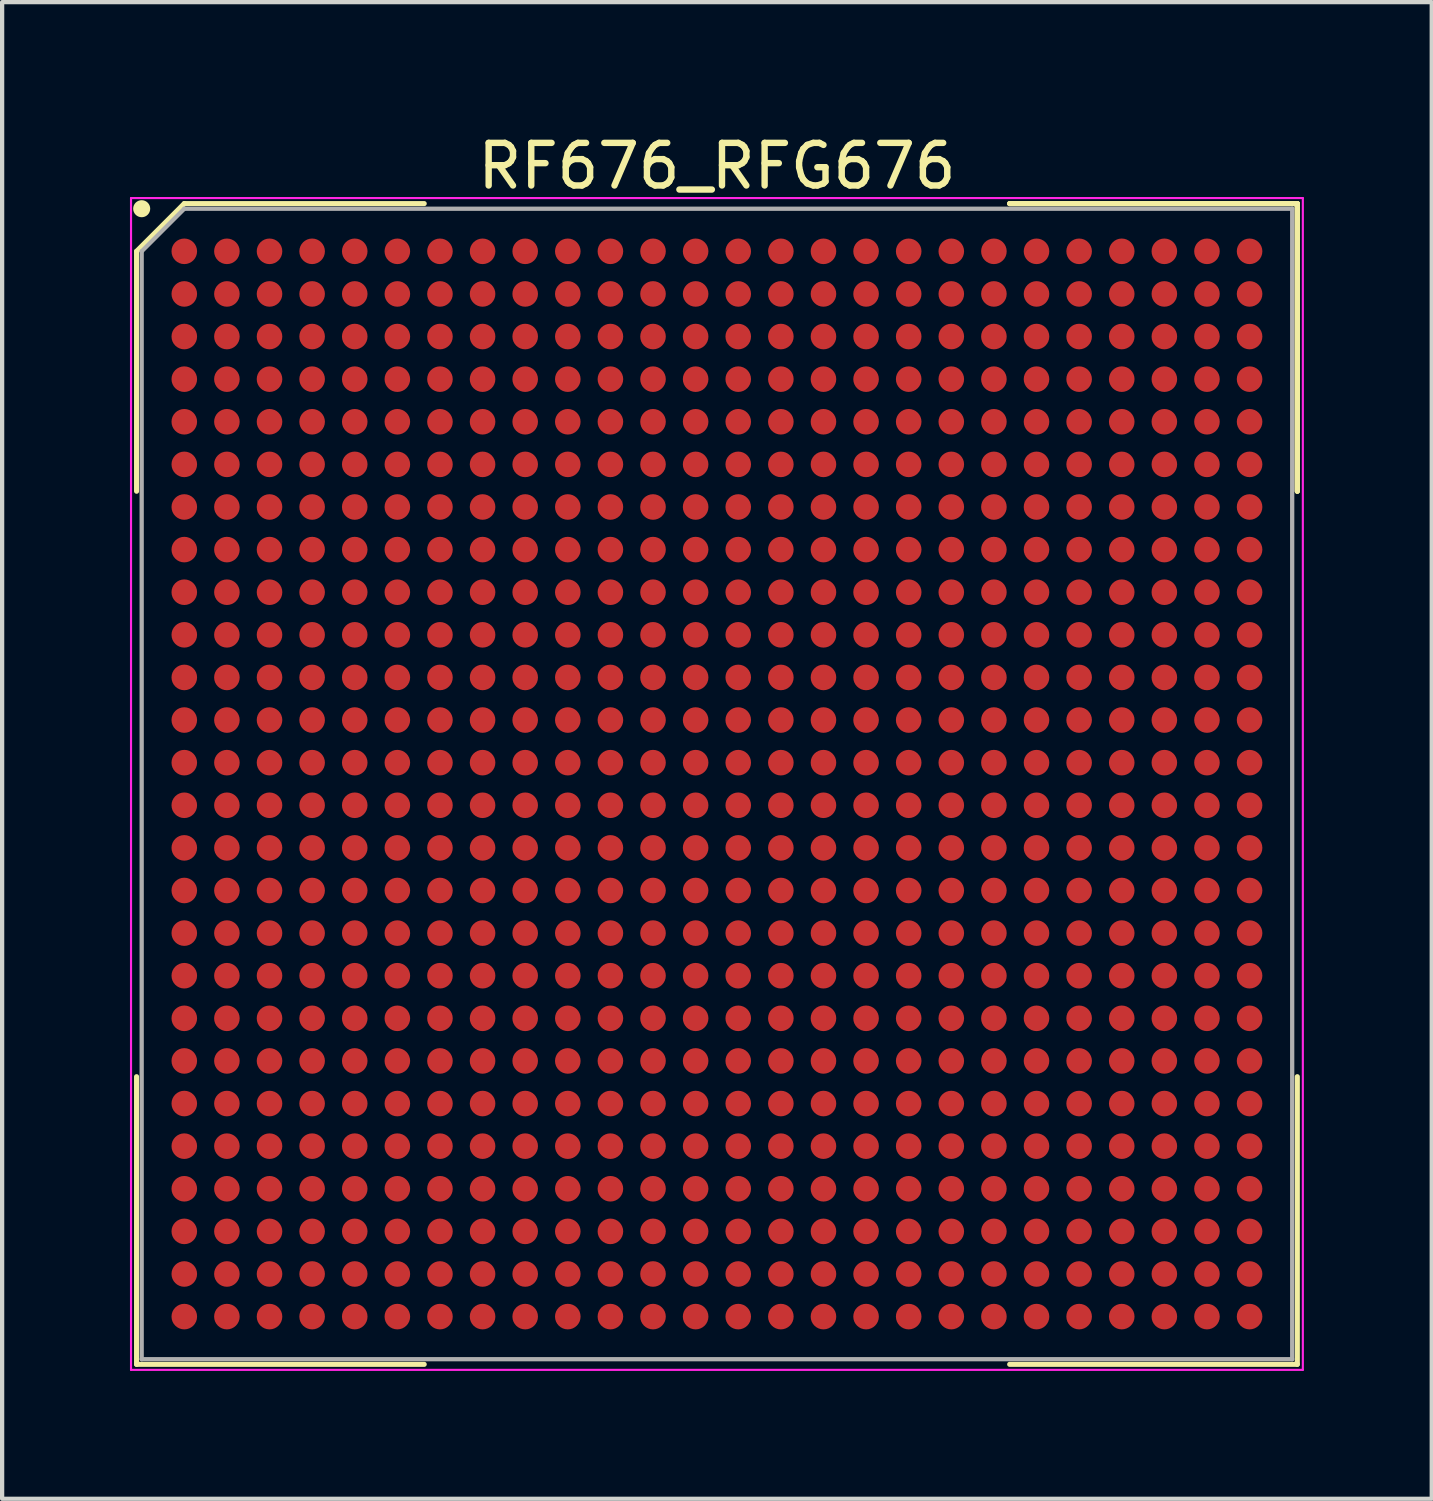
<source format=kicad_pcb>
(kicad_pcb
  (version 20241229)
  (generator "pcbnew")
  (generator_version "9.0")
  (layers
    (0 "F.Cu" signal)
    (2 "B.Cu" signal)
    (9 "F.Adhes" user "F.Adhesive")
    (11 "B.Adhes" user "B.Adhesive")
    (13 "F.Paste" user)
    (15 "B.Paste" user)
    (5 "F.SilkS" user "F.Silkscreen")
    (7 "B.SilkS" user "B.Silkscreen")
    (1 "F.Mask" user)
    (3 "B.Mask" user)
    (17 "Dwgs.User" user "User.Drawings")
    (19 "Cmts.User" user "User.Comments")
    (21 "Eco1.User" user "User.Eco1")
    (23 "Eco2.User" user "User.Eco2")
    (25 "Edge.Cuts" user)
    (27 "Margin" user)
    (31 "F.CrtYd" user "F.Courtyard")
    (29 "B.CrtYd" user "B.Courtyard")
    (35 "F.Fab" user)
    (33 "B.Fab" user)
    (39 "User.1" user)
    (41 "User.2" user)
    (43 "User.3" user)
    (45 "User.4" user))
  (footprint "RF676_RFG676"
    (layer "F.Cu")
    (at 13.775 15.348)
    (property "Reference" "RF676_RFG676" (at 0 -14.5 0) (layer "F.SilkS") (effects (font (size 1 1) (thickness 0.15))))
    (attr smd)
    (fp_line (start -13.62 -12.5) (end -13.62 -6.87) (stroke (width 0.12) (type solid)) (layer "F.SilkS"))
    (fp_line (start -13.62 13.62) (end -13.62 6.87) (stroke (width 0.12) (type solid)) (layer "F.SilkS"))
    (fp_line (start -12.5 -13.62) (end -13.62 -12.5) (stroke (width 0.12) (type solid)) (layer "F.SilkS"))
    (fp_line (start -6.87 -13.62) (end -12.5 -13.62) (stroke (width 0.12) (type solid)) (layer "F.SilkS"))
    (fp_line (start -6.87 13.62) (end -13.62 13.62) (stroke (width 0.12) (type solid)) (layer "F.SilkS"))
    (fp_line (start 6.87 -13.62) (end 13.62 -13.62) (stroke (width 0.12) (type solid)) (layer "F.SilkS"))
    (fp_line (start 6.87 -13.62) (end 13.62 -13.62) (stroke (width 0.12) (type solid)) (layer "F.SilkS"))
    (fp_line (start 6.87 -13.62) (end 13.62 -13.62) (stroke (width 0.12) (type solid)) (layer "F.SilkS"))
    (fp_line (start 6.87 13.62) (end 13.62 13.62) (stroke (width 0.12) (type solid)) (layer "F.SilkS"))
    (fp_line (start 13.62 -13.62) (end 13.62 -6.87) (stroke (width 0.12) (type solid)) (layer "F.SilkS"))
    (fp_line (start 13.62 -13.62) (end 13.62 -6.87) (stroke (width 0.12) (type solid)) (layer "F.SilkS"))
    (fp_line (start 13.62 -13.62) (end 13.62 -6.87) (stroke (width 0.12) (type solid)) (layer "F.SilkS"))
    (fp_line (start 13.62 13.62) (end 13.62 6.87) (stroke (width 0.12) (type solid)) (layer "F.SilkS"))
    (fp_circle (center -13.5 -13.5) (end -13.5 -13.4) (stroke (width 0.2) (type solid)) (fill no) (layer "F.SilkS"))
    (fp_line (start -13.75 -13.75) (end 13.75 -13.75) (stroke (width 0.05) (type solid)) (layer "F.CrtYd"))
    (fp_line (start -13.75 13.75) (end -13.75 -13.75) (stroke (width 0.05) (type solid)) (layer "F.CrtYd"))
    (fp_line (start 13.75 -13.75) (end 13.75 13.75) (stroke (width 0.05) (type solid)) (layer "F.CrtYd"))
    (fp_line (start 13.75 13.75) (end -13.75 13.75) (stroke (width 0.05) (type solid)) (layer "F.CrtYd"))
    (fp_line (start -13.5 -12.5) (end -13.5 13.5) (stroke (width 0.1) (type solid)) (layer "F.Fab"))
    (fp_line (start -13.5 13.5) (end 13.5 13.5) (stroke (width 0.1) (type solid)) (layer "F.Fab"))
    (fp_line (start -12.5 -13.5) (end -13.5 -12.5) (stroke (width 0.1) (type solid)) (layer "F.Fab"))
    (fp_line (start 13.5 -13.5) (end -12.5 -13.5) (stroke (width 0.1) (type solid)) (layer "F.Fab"))
    (fp_line (start 13.5 13.5) (end 13.5 -13.5) (stroke (width 0.1) (type solid)) (layer "F.Fab"))
    (pad "A1" smd circle (at -12.5 -12.5) (size 0.6 0.6) (layers "F.Cu" "F.Mask" "F.Paste"))
    (pad "A2" smd circle (at -11.5 -12.5) (size 0.6 0.6) (layers "F.Cu" "F.Mask" "F.Paste"))
    (pad "A3" smd circle (at -10.5 -12.5) (size 0.6 0.6) (layers "F.Cu" "F.Mask" "F.Paste"))
    (pad "A4" smd circle (at -9.5 -12.5) (size 0.6 0.6) (layers "F.Cu" "F.Mask" "F.Paste"))
    (pad "A5" smd circle (at -8.5 -12.5) (size 0.6 0.6) (layers "F.Cu" "F.Mask" "F.Paste"))
    (pad "A6" smd circle (at -7.5 -12.5) (size 0.6 0.6) (layers "F.Cu" "F.Mask" "F.Paste"))
    (pad "A7" smd circle (at -6.5 -12.5) (size 0.6 0.6) (layers "F.Cu" "F.Mask" "F.Paste"))
    (pad "A8" smd circle (at -5.5 -12.5) (size 0.6 0.6) (layers "F.Cu" "F.Mask" "F.Paste"))
    (pad "A9" smd circle (at -4.5 -12.5) (size 0.6 0.6) (layers "F.Cu" "F.Mask" "F.Paste"))
    (pad "A10" smd circle (at -3.5 -12.5) (size 0.6 0.6) (layers "F.Cu" "F.Mask" "F.Paste"))
    (pad "A11" smd circle (at -2.5 -12.5) (size 0.6 0.6) (layers "F.Cu" "F.Mask" "F.Paste"))
    (pad "A12" smd circle (at -1.5 -12.5) (size 0.6 0.6) (layers "F.Cu" "F.Mask" "F.Paste"))
    (pad "A13" smd circle (at -0.5 -12.5) (size 0.6 0.6) (layers "F.Cu" "F.Mask" "F.Paste"))
    (pad "A14" smd circle (at 0.5 -12.5) (size 0.6 0.6) (layers "F.Cu" "F.Mask" "F.Paste"))
    (pad "A15" smd circle (at 1.5 -12.5) (size 0.6 0.6) (layers "F.Cu" "F.Mask" "F.Paste"))
    (pad "A16" smd circle (at 2.5 -12.5) (size 0.6 0.6) (layers "F.Cu" "F.Mask" "F.Paste"))
    (pad "A17" smd circle (at 3.5 -12.5) (size 0.6 0.6) (layers "F.Cu" "F.Mask" "F.Paste"))
    (pad "A18" smd circle (at 4.5 -12.5) (size 0.6 0.6) (layers "F.Cu" "F.Mask" "F.Paste"))
    (pad "A19" smd circle (at 5.5 -12.5) (size 0.6 0.6) (layers "F.Cu" "F.Mask" "F.Paste"))
    (pad "A20" smd circle (at 6.5 -12.5) (size 0.6 0.6) (layers "F.Cu" "F.Mask" "F.Paste"))
    (pad "A21" smd circle (at 7.5 -12.5) (size 0.6 0.6) (layers "F.Cu" "F.Mask" "F.Paste"))
    (pad "A22" smd circle (at 8.5 -12.5) (size 0.6 0.6) (layers "F.Cu" "F.Mask" "F.Paste"))
    (pad "A23" smd circle (at 9.5 -12.5) (size 0.6 0.6) (layers "F.Cu" "F.Mask" "F.Paste"))
    (pad "A24" smd circle (at 10.5 -12.5) (size 0.6 0.6) (layers "F.Cu" "F.Mask" "F.Paste"))
    (pad "A25" smd circle (at 11.5 -12.5) (size 0.6 0.6) (layers "F.Cu" "F.Mask" "F.Paste"))
    (pad "A26" smd circle (at 12.5 -12.5) (size 0.6 0.6) (layers "F.Cu" "F.Mask" "F.Paste"))
    (pad "AA1" smd circle (at -12.5 7.5) (size 0.6 0.6) (layers "F.Cu" "F.Mask" "F.Paste"))
    (pad "AA2" smd circle (at -11.5 7.5) (size 0.6 0.6) (layers "F.Cu" "F.Mask" "F.Paste"))
    (pad "AA3" smd circle (at -10.5 7.5) (size 0.6 0.6) (layers "F.Cu" "F.Mask" "F.Paste"))
    (pad "AA4" smd circle (at -9.5 7.5) (size 0.6 0.6) (layers "F.Cu" "F.Mask" "F.Paste"))
    (pad "AA5" smd circle (at -8.5 7.5) (size 0.6 0.6) (layers "F.Cu" "F.Mask" "F.Paste"))
    (pad "AA6" smd circle (at -7.5 7.5) (size 0.6 0.6) (layers "F.Cu" "F.Mask" "F.Paste"))
    (pad "AA7" smd circle (at -6.5 7.5) (size 0.6 0.6) (layers "F.Cu" "F.Mask" "F.Paste"))
    (pad "AA8" smd circle (at -5.5 7.5) (size 0.6 0.6) (layers "F.Cu" "F.Mask" "F.Paste"))
    (pad "AA9" smd circle (at -4.5 7.5) (size 0.6 0.6) (layers "F.Cu" "F.Mask" "F.Paste"))
    (pad "AA10" smd circle (at -3.5 7.5) (size 0.6 0.6) (layers "F.Cu" "F.Mask" "F.Paste"))
    (pad "AA11" smd circle (at -2.5 7.5) (size 0.6 0.6) (layers "F.Cu" "F.Mask" "F.Paste"))
    (pad "AA12" smd circle (at -1.5 7.5) (size 0.6 0.6) (layers "F.Cu" "F.Mask" "F.Paste"))
    (pad "AA13" smd circle (at -0.5 7.5) (size 0.6 0.6) (layers "F.Cu" "F.Mask" "F.Paste"))
    (pad "AA14" smd circle (at 0.5 7.5) (size 0.6 0.6) (layers "F.Cu" "F.Mask" "F.Paste"))
    (pad "AA15" smd circle (at 1.5 7.5) (size 0.6 0.6) (layers "F.Cu" "F.Mask" "F.Paste"))
    (pad "AA16" smd circle (at 2.5 7.5) (size 0.6 0.6) (layers "F.Cu" "F.Mask" "F.Paste"))
    (pad "AA17" smd circle (at 3.5 7.5) (size 0.6 0.6) (layers "F.Cu" "F.Mask" "F.Paste"))
    (pad "AA18" smd circle (at 4.5 7.5) (size 0.6 0.6) (layers "F.Cu" "F.Mask" "F.Paste"))
    (pad "AA19" smd circle (at 5.5 7.5) (size 0.6 0.6) (layers "F.Cu" "F.Mask" "F.Paste"))
    (pad "AA20" smd circle (at 6.5 7.5) (size 0.6 0.6) (layers "F.Cu" "F.Mask" "F.Paste"))
    (pad "AA21" smd circle (at 7.5 7.5) (size 0.6 0.6) (layers "F.Cu" "F.Mask" "F.Paste"))
    (pad "AA22" smd circle (at 8.5 7.5) (size 0.6 0.6) (layers "F.Cu" "F.Mask" "F.Paste"))
    (pad "AA23" smd circle (at 9.5 7.5) (size 0.6 0.6) (layers "F.Cu" "F.Mask" "F.Paste"))
    (pad "AA24" smd circle (at 10.5 7.5) (size 0.6 0.6) (layers "F.Cu" "F.Mask" "F.Paste"))
    (pad "AA25" smd circle (at 11.5 7.5) (size 0.6 0.6) (layers "F.Cu" "F.Mask" "F.Paste"))
    (pad "AA26" smd circle (at 12.5 7.5) (size 0.6 0.6) (layers "F.Cu" "F.Mask" "F.Paste"))
    (pad "AB1" smd circle (at -12.5 8.5) (size 0.6 0.6) (layers "F.Cu" "F.Mask" "F.Paste"))
    (pad "AB2" smd circle (at -11.5 8.5) (size 0.6 0.6) (layers "F.Cu" "F.Mask" "F.Paste"))
    (pad "AB3" smd circle (at -10.5 8.5) (size 0.6 0.6) (layers "F.Cu" "F.Mask" "F.Paste"))
    (pad "AB4" smd circle (at -9.5 8.5) (size 0.6 0.6) (layers "F.Cu" "F.Mask" "F.Paste"))
    (pad "AB5" smd circle (at -8.5 8.5) (size 0.6 0.6) (layers "F.Cu" "F.Mask" "F.Paste"))
    (pad "AB6" smd circle (at -7.5 8.5) (size 0.6 0.6) (layers "F.Cu" "F.Mask" "F.Paste"))
    (pad "AB7" smd circle (at -6.5 8.5) (size 0.6 0.6) (layers "F.Cu" "F.Mask" "F.Paste"))
    (pad "AB8" smd circle (at -5.5 8.5) (size 0.6 0.6) (layers "F.Cu" "F.Mask" "F.Paste"))
    (pad "AB9" smd circle (at -4.5 8.5) (size 0.6 0.6) (layers "F.Cu" "F.Mask" "F.Paste"))
    (pad "AB10" smd circle (at -3.5 8.5) (size 0.6 0.6) (layers "F.Cu" "F.Mask" "F.Paste"))
    (pad "AB11" smd circle (at -2.5 8.5) (size 0.6 0.6) (layers "F.Cu" "F.Mask" "F.Paste"))
    (pad "AB12" smd circle (at -1.5 8.5) (size 0.6 0.6) (layers "F.Cu" "F.Mask" "F.Paste"))
    (pad "AB13" smd circle (at -0.5 8.5) (size 0.6 0.6) (layers "F.Cu" "F.Mask" "F.Paste"))
    (pad "AB14" smd circle (at 0.5 8.5) (size 0.6 0.6) (layers "F.Cu" "F.Mask" "F.Paste"))
    (pad "AB15" smd circle (at 1.5 8.5) (size 0.6 0.6) (layers "F.Cu" "F.Mask" "F.Paste"))
    (pad "AB16" smd circle (at 2.5 8.5) (size 0.6 0.6) (layers "F.Cu" "F.Mask" "F.Paste"))
    (pad "AB17" smd circle (at 3.5 8.5) (size 0.6 0.6) (layers "F.Cu" "F.Mask" "F.Paste"))
    (pad "AB18" smd circle (at 4.5 8.5) (size 0.6 0.6) (layers "F.Cu" "F.Mask" "F.Paste"))
    (pad "AB19" smd circle (at 5.5 8.5) (size 0.6 0.6) (layers "F.Cu" "F.Mask" "F.Paste"))
    (pad "AB20" smd circle (at 6.5 8.5) (size 0.6 0.6) (layers "F.Cu" "F.Mask" "F.Paste"))
    (pad "AB21" smd circle (at 7.5 8.5) (size 0.6 0.6) (layers "F.Cu" "F.Mask" "F.Paste"))
    (pad "AB22" smd circle (at 8.5 8.5) (size 0.6 0.6) (layers "F.Cu" "F.Mask" "F.Paste"))
    (pad "AB23" smd circle (at 9.5 8.5) (size 0.6 0.6) (layers "F.Cu" "F.Mask" "F.Paste"))
    (pad "AB24" smd circle (at 10.5 8.5) (size 0.6 0.6) (layers "F.Cu" "F.Mask" "F.Paste"))
    (pad "AB25" smd circle (at 11.5 8.5) (size 0.6 0.6) (layers "F.Cu" "F.Mask" "F.Paste"))
    (pad "AB26" smd circle (at 12.5 8.5) (size 0.6 0.6) (layers "F.Cu" "F.Mask" "F.Paste"))
    (pad "AC1" smd circle (at -12.5 9.5) (size 0.6 0.6) (layers "F.Cu" "F.Mask" "F.Paste"))
    (pad "AC2" smd circle (at -11.5 9.5) (size 0.6 0.6) (layers "F.Cu" "F.Mask" "F.Paste"))
    (pad "AC3" smd circle (at -10.5 9.5) (size 0.6 0.6) (layers "F.Cu" "F.Mask" "F.Paste"))
    (pad "AC4" smd circle (at -9.5 9.5) (size 0.6 0.6) (layers "F.Cu" "F.Mask" "F.Paste"))
    (pad "AC5" smd circle (at -8.5 9.5) (size 0.6 0.6) (layers "F.Cu" "F.Mask" "F.Paste"))
    (pad "AC6" smd circle (at -7.5 9.5) (size 0.6 0.6) (layers "F.Cu" "F.Mask" "F.Paste"))
    (pad "AC7" smd circle (at -6.5 9.5) (size 0.6 0.6) (layers "F.Cu" "F.Mask" "F.Paste"))
    (pad "AC8" smd circle (at -5.5 9.5) (size 0.6 0.6) (layers "F.Cu" "F.Mask" "F.Paste"))
    (pad "AC9" smd circle (at -4.5 9.5) (size 0.6 0.6) (layers "F.Cu" "F.Mask" "F.Paste"))
    (pad "AC10" smd circle (at -3.5 9.5) (size 0.6 0.6) (layers "F.Cu" "F.Mask" "F.Paste"))
    (pad "AC11" smd circle (at -2.5 9.5) (size 0.6 0.6) (layers "F.Cu" "F.Mask" "F.Paste"))
    (pad "AC12" smd circle (at -1.5 9.5) (size 0.6 0.6) (layers "F.Cu" "F.Mask" "F.Paste"))
    (pad "AC13" smd circle (at -0.5 9.5) (size 0.6 0.6) (layers "F.Cu" "F.Mask" "F.Paste"))
    (pad "AC14" smd circle (at 0.5 9.5) (size 0.6 0.6) (layers "F.Cu" "F.Mask" "F.Paste"))
    (pad "AC15" smd circle (at 1.5 9.5) (size 0.6 0.6) (layers "F.Cu" "F.Mask" "F.Paste"))
    (pad "AC16" smd circle (at 2.5 9.5) (size 0.6 0.6) (layers "F.Cu" "F.Mask" "F.Paste"))
    (pad "AC17" smd circle (at 3.5 9.5) (size 0.6 0.6) (layers "F.Cu" "F.Mask" "F.Paste"))
    (pad "AC18" smd circle (at 4.5 9.5) (size 0.6 0.6) (layers "F.Cu" "F.Mask" "F.Paste"))
    (pad "AC19" smd circle (at 5.5 9.5) (size 0.6 0.6) (layers "F.Cu" "F.Mask" "F.Paste"))
    (pad "AC20" smd circle (at 6.5 9.5) (size 0.6 0.6) (layers "F.Cu" "F.Mask" "F.Paste"))
    (pad "AC21" smd circle (at 7.5 9.5) (size 0.6 0.6) (layers "F.Cu" "F.Mask" "F.Paste"))
    (pad "AC22" smd circle (at 8.5 9.5) (size 0.6 0.6) (layers "F.Cu" "F.Mask" "F.Paste"))
    (pad "AC23" smd circle (at 9.5 9.5) (size 0.6 0.6) (layers "F.Cu" "F.Mask" "F.Paste"))
    (pad "AC24" smd circle (at 10.5 9.5) (size 0.6 0.6) (layers "F.Cu" "F.Mask" "F.Paste"))
    (pad "AC25" smd circle (at 11.5 9.5) (size 0.6 0.6) (layers "F.Cu" "F.Mask" "F.Paste"))
    (pad "AC26" smd circle (at 12.5 9.5) (size 0.6 0.6) (layers "F.Cu" "F.Mask" "F.Paste"))
    (pad "AD1" smd circle (at -12.5 10.5) (size 0.6 0.6) (layers "F.Cu" "F.Mask" "F.Paste"))
    (pad "AD2" smd circle (at -11.5 10.5) (size 0.6 0.6) (layers "F.Cu" "F.Mask" "F.Paste"))
    (pad "AD3" smd circle (at -10.5 10.5) (size 0.6 0.6) (layers "F.Cu" "F.Mask" "F.Paste"))
    (pad "AD4" smd circle (at -9.5 10.5) (size 0.6 0.6) (layers "F.Cu" "F.Mask" "F.Paste"))
    (pad "AD5" smd circle (at -8.5 10.5) (size 0.6 0.6) (layers "F.Cu" "F.Mask" "F.Paste"))
    (pad "AD6" smd circle (at -7.5 10.5) (size 0.6 0.6) (layers "F.Cu" "F.Mask" "F.Paste"))
    (pad "AD7" smd circle (at -6.5 10.5) (size 0.6 0.6) (layers "F.Cu" "F.Mask" "F.Paste"))
    (pad "AD8" smd circle (at -5.5 10.5) (size 0.6 0.6) (layers "F.Cu" "F.Mask" "F.Paste"))
    (pad "AD9" smd circle (at -4.5 10.5) (size 0.6 0.6) (layers "F.Cu" "F.Mask" "F.Paste"))
    (pad "AD10" smd circle (at -3.5 10.5) (size 0.6 0.6) (layers "F.Cu" "F.Mask" "F.Paste"))
    (pad "AD11" smd circle (at -2.5 10.5) (size 0.6 0.6) (layers "F.Cu" "F.Mask" "F.Paste"))
    (pad "AD12" smd circle (at -1.5 10.5) (size 0.6 0.6) (layers "F.Cu" "F.Mask" "F.Paste"))
    (pad "AD13" smd circle (at -0.5 10.5) (size 0.6 0.6) (layers "F.Cu" "F.Mask" "F.Paste"))
    (pad "AD14" smd circle (at 0.5 10.5) (size 0.6 0.6) (layers "F.Cu" "F.Mask" "F.Paste"))
    (pad "AD15" smd circle (at 1.5 10.5) (size 0.6 0.6) (layers "F.Cu" "F.Mask" "F.Paste"))
    (pad "AD16" smd circle (at 2.5 10.5) (size 0.6 0.6) (layers "F.Cu" "F.Mask" "F.Paste"))
    (pad "AD17" smd circle (at 3.5 10.5) (size 0.6 0.6) (layers "F.Cu" "F.Mask" "F.Paste"))
    (pad "AD18" smd circle (at 4.5 10.5) (size 0.6 0.6) (layers "F.Cu" "F.Mask" "F.Paste"))
    (pad "AD19" smd circle (at 5.5 10.5) (size 0.6 0.6) (layers "F.Cu" "F.Mask" "F.Paste"))
    (pad "AD20" smd circle (at 6.5 10.5) (size 0.6 0.6) (layers "F.Cu" "F.Mask" "F.Paste"))
    (pad "AD21" smd circle (at 7.5 10.5) (size 0.6 0.6) (layers "F.Cu" "F.Mask" "F.Paste"))
    (pad "AD22" smd circle (at 8.5 10.5) (size 0.6 0.6) (layers "F.Cu" "F.Mask" "F.Paste"))
    (pad "AD23" smd circle (at 9.5 10.5) (size 0.6 0.6) (layers "F.Cu" "F.Mask" "F.Paste"))
    (pad "AD24" smd circle (at 10.5 10.5) (size 0.6 0.6) (layers "F.Cu" "F.Mask" "F.Paste"))
    (pad "AD25" smd circle (at 11.5 10.5) (size 0.6 0.6) (layers "F.Cu" "F.Mask" "F.Paste"))
    (pad "AD26" smd circle (at 12.5 10.5) (size 0.6 0.6) (layers "F.Cu" "F.Mask" "F.Paste"))
    (pad "AE1" smd circle (at -12.5 11.5) (size 0.6 0.6) (layers "F.Cu" "F.Mask" "F.Paste"))
    (pad "AE2" smd circle (at -11.5 11.5) (size 0.6 0.6) (layers "F.Cu" "F.Mask" "F.Paste"))
    (pad "AE3" smd circle (at -10.5 11.5) (size 0.6 0.6) (layers "F.Cu" "F.Mask" "F.Paste"))
    (pad "AE4" smd circle (at -9.5 11.5) (size 0.6 0.6) (layers "F.Cu" "F.Mask" "F.Paste"))
    (pad "AE5" smd circle (at -8.5 11.5) (size 0.6 0.6) (layers "F.Cu" "F.Mask" "F.Paste"))
    (pad "AE6" smd circle (at -7.5 11.5) (size 0.6 0.6) (layers "F.Cu" "F.Mask" "F.Paste"))
    (pad "AE7" smd circle (at -6.5 11.5) (size 0.6 0.6) (layers "F.Cu" "F.Mask" "F.Paste"))
    (pad "AE8" smd circle (at -5.5 11.5) (size 0.6 0.6) (layers "F.Cu" "F.Mask" "F.Paste"))
    (pad "AE9" smd circle (at -4.5 11.5) (size 0.6 0.6) (layers "F.Cu" "F.Mask" "F.Paste"))
    (pad "AE10" smd circle (at -3.5 11.5) (size 0.6 0.6) (layers "F.Cu" "F.Mask" "F.Paste"))
    (pad "AE11" smd circle (at -2.5 11.5) (size 0.6 0.6) (layers "F.Cu" "F.Mask" "F.Paste"))
    (pad "AE12" smd circle (at -1.5 11.5) (size 0.6 0.6) (layers "F.Cu" "F.Mask" "F.Paste"))
    (pad "AE13" smd circle (at -0.5 11.5) (size 0.6 0.6) (layers "F.Cu" "F.Mask" "F.Paste"))
    (pad "AE14" smd circle (at 0.5 11.5) (size 0.6 0.6) (layers "F.Cu" "F.Mask" "F.Paste"))
    (pad "AE15" smd circle (at 1.5 11.5) (size 0.6 0.6) (layers "F.Cu" "F.Mask" "F.Paste"))
    (pad "AE16" smd circle (at 2.5 11.5) (size 0.6 0.6) (layers "F.Cu" "F.Mask" "F.Paste"))
    (pad "AE17" smd circle (at 3.5 11.5) (size 0.6 0.6) (layers "F.Cu" "F.Mask" "F.Paste"))
    (pad "AE18" smd circle (at 4.5 11.5) (size 0.6 0.6) (layers "F.Cu" "F.Mask" "F.Paste"))
    (pad "AE19" smd circle (at 5.5 11.5) (size 0.6 0.6) (layers "F.Cu" "F.Mask" "F.Paste"))
    (pad "AE20" smd circle (at 6.5 11.5) (size 0.6 0.6) (layers "F.Cu" "F.Mask" "F.Paste"))
    (pad "AE21" smd circle (at 7.5 11.5) (size 0.6 0.6) (layers "F.Cu" "F.Mask" "F.Paste"))
    (pad "AE22" smd circle (at 8.5 11.5) (size 0.6 0.6) (layers "F.Cu" "F.Mask" "F.Paste"))
    (pad "AE23" smd circle (at 9.5 11.5) (size 0.6 0.6) (layers "F.Cu" "F.Mask" "F.Paste"))
    (pad "AE24" smd circle (at 10.5 11.5) (size 0.6 0.6) (layers "F.Cu" "F.Mask" "F.Paste"))
    (pad "AE25" smd circle (at 11.5 11.5) (size 0.6 0.6) (layers "F.Cu" "F.Mask" "F.Paste"))
    (pad "AE26" smd circle (at 12.5 11.5) (size 0.6 0.6) (layers "F.Cu" "F.Mask" "F.Paste"))
    (pad "AF1" smd circle (at -12.5 12.5) (size 0.6 0.6) (layers "F.Cu" "F.Mask" "F.Paste"))
    (pad "AF2" smd circle (at -11.5 12.5) (size 0.6 0.6) (layers "F.Cu" "F.Mask" "F.Paste"))
    (pad "AF3" smd circle (at -10.5 12.5) (size 0.6 0.6) (layers "F.Cu" "F.Mask" "F.Paste"))
    (pad "AF4" smd circle (at -9.5 12.5) (size 0.6 0.6) (layers "F.Cu" "F.Mask" "F.Paste"))
    (pad "AF5" smd circle (at -8.5 12.5) (size 0.6 0.6) (layers "F.Cu" "F.Mask" "F.Paste"))
    (pad "AF6" smd circle (at -7.5 12.5) (size 0.6 0.6) (layers "F.Cu" "F.Mask" "F.Paste"))
    (pad "AF7" smd circle (at -6.5 12.5) (size 0.6 0.6) (layers "F.Cu" "F.Mask" "F.Paste"))
    (pad "AF8" smd circle (at -5.5 12.5) (size 0.6 0.6) (layers "F.Cu" "F.Mask" "F.Paste"))
    (pad "AF9" smd circle (at -4.5 12.5) (size 0.6 0.6) (layers "F.Cu" "F.Mask" "F.Paste"))
    (pad "AF10" smd circle (at -3.5 12.5) (size 0.6 0.6) (layers "F.Cu" "F.Mask" "F.Paste"))
    (pad "AF11" smd circle (at -2.5 12.5) (size 0.6 0.6) (layers "F.Cu" "F.Mask" "F.Paste"))
    (pad "AF12" smd circle (at -1.5 12.5) (size 0.6 0.6) (layers "F.Cu" "F.Mask" "F.Paste"))
    (pad "AF13" smd circle (at -0.5 12.5) (size 0.6 0.6) (layers "F.Cu" "F.Mask" "F.Paste"))
    (pad "AF14" smd circle (at 0.5 12.5) (size 0.6 0.6) (layers "F.Cu" "F.Mask" "F.Paste"))
    (pad "AF15" smd circle (at 1.5 12.5) (size 0.6 0.6) (layers "F.Cu" "F.Mask" "F.Paste"))
    (pad "AF16" smd circle (at 2.5 12.5) (size 0.6 0.6) (layers "F.Cu" "F.Mask" "F.Paste"))
    (pad "AF17" smd circle (at 3.5 12.5) (size 0.6 0.6) (layers "F.Cu" "F.Mask" "F.Paste"))
    (pad "AF18" smd circle (at 4.5 12.5) (size 0.6 0.6) (layers "F.Cu" "F.Mask" "F.Paste"))
    (pad "AF19" smd circle (at 5.5 12.5) (size 0.6 0.6) (layers "F.Cu" "F.Mask" "F.Paste"))
    (pad "AF20" smd circle (at 6.5 12.5) (size 0.6 0.6) (layers "F.Cu" "F.Mask" "F.Paste"))
    (pad "AF21" smd circle (at 7.5 12.5) (size 0.6 0.6) (layers "F.Cu" "F.Mask" "F.Paste"))
    (pad "AF22" smd circle (at 8.5 12.5) (size 0.6 0.6) (layers "F.Cu" "F.Mask" "F.Paste"))
    (pad "AF23" smd circle (at 9.5 12.5) (size 0.6 0.6) (layers "F.Cu" "F.Mask" "F.Paste"))
    (pad "AF24" smd circle (at 10.5 12.5) (size 0.6 0.6) (layers "F.Cu" "F.Mask" "F.Paste"))
    (pad "AF25" smd circle (at 11.5 12.5) (size 0.6 0.6) (layers "F.Cu" "F.Mask" "F.Paste"))
    (pad "AF26" smd circle (at 12.5 12.5) (size 0.6 0.6) (layers "F.Cu" "F.Mask" "F.Paste"))
    (pad "B1" smd circle (at -12.5 -11.5) (size 0.6 0.6) (layers "F.Cu" "F.Mask" "F.Paste"))
    (pad "B2" smd circle (at -11.5 -11.5) (size 0.6 0.6) (layers "F.Cu" "F.Mask" "F.Paste"))
    (pad "B3" smd circle (at -10.5 -11.5) (size 0.6 0.6) (layers "F.Cu" "F.Mask" "F.Paste"))
    (pad "B4" smd circle (at -9.5 -11.5) (size 0.6 0.6) (layers "F.Cu" "F.Mask" "F.Paste"))
    (pad "B5" smd circle (at -8.5 -11.5) (size 0.6 0.6) (layers "F.Cu" "F.Mask" "F.Paste"))
    (pad "B6" smd circle (at -7.5 -11.5) (size 0.6 0.6) (layers "F.Cu" "F.Mask" "F.Paste"))
    (pad "B7" smd circle (at -6.5 -11.5) (size 0.6 0.6) (layers "F.Cu" "F.Mask" "F.Paste"))
    (pad "B8" smd circle (at -5.5 -11.5) (size 0.6 0.6) (layers "F.Cu" "F.Mask" "F.Paste"))
    (pad "B9" smd circle (at -4.5 -11.5) (size 0.6 0.6) (layers "F.Cu" "F.Mask" "F.Paste"))
    (pad "B10" smd circle (at -3.5 -11.5) (size 0.6 0.6) (layers "F.Cu" "F.Mask" "F.Paste"))
    (pad "B11" smd circle (at -2.5 -11.5) (size 0.6 0.6) (layers "F.Cu" "F.Mask" "F.Paste"))
    (pad "B12" smd circle (at -1.5 -11.5) (size 0.6 0.6) (layers "F.Cu" "F.Mask" "F.Paste"))
    (pad "B13" smd circle (at -0.5 -11.5) (size 0.6 0.6) (layers "F.Cu" "F.Mask" "F.Paste"))
    (pad "B14" smd circle (at 0.5 -11.5) (size 0.6 0.6) (layers "F.Cu" "F.Mask" "F.Paste"))
    (pad "B15" smd circle (at 1.5 -11.5) (size 0.6 0.6) (layers "F.Cu" "F.Mask" "F.Paste"))
    (pad "B16" smd circle (at 2.5 -11.5) (size 0.6 0.6) (layers "F.Cu" "F.Mask" "F.Paste"))
    (pad "B17" smd circle (at 3.5 -11.5) (size 0.6 0.6) (layers "F.Cu" "F.Mask" "F.Paste"))
    (pad "B18" smd circle (at 4.5 -11.5) (size 0.6 0.6) (layers "F.Cu" "F.Mask" "F.Paste"))
    (pad "B19" smd circle (at 5.5 -11.5) (size 0.6 0.6) (layers "F.Cu" "F.Mask" "F.Paste"))
    (pad "B20" smd circle (at 6.5 -11.5) (size 0.6 0.6) (layers "F.Cu" "F.Mask" "F.Paste"))
    (pad "B21" smd circle (at 7.5 -11.5) (size 0.6 0.6) (layers "F.Cu" "F.Mask" "F.Paste"))
    (pad "B22" smd circle (at 8.5 -11.5) (size 0.6 0.6) (layers "F.Cu" "F.Mask" "F.Paste"))
    (pad "B23" smd circle (at 9.5 -11.5) (size 0.6 0.6) (layers "F.Cu" "F.Mask" "F.Paste"))
    (pad "B24" smd circle (at 10.5 -11.5) (size 0.6 0.6) (layers "F.Cu" "F.Mask" "F.Paste"))
    (pad "B25" smd circle (at 11.5 -11.5) (size 0.6 0.6) (layers "F.Cu" "F.Mask" "F.Paste"))
    (pad "B26" smd circle (at 12.5 -11.5) (size 0.6 0.6) (layers "F.Cu" "F.Mask" "F.Paste"))
    (pad "C1" smd circle (at -12.5 -10.5) (size 0.6 0.6) (layers "F.Cu" "F.Mask" "F.Paste"))
    (pad "C2" smd circle (at -11.5 -10.5) (size 0.6 0.6) (layers "F.Cu" "F.Mask" "F.Paste"))
    (pad "C3" smd circle (at -10.5 -10.5) (size 0.6 0.6) (layers "F.Cu" "F.Mask" "F.Paste"))
    (pad "C4" smd circle (at -9.5 -10.5) (size 0.6 0.6) (layers "F.Cu" "F.Mask" "F.Paste"))
    (pad "C5" smd circle (at -8.5 -10.5) (size 0.6 0.6) (layers "F.Cu" "F.Mask" "F.Paste"))
    (pad "C6" smd circle (at -7.5 -10.5) (size 0.6 0.6) (layers "F.Cu" "F.Mask" "F.Paste"))
    (pad "C7" smd circle (at -6.5 -10.5) (size 0.6 0.6) (layers "F.Cu" "F.Mask" "F.Paste"))
    (pad "C8" smd circle (at -5.5 -10.5) (size 0.6 0.6) (layers "F.Cu" "F.Mask" "F.Paste"))
    (pad "C9" smd circle (at -4.5 -10.5) (size 0.6 0.6) (layers "F.Cu" "F.Mask" "F.Paste"))
    (pad "C10" smd circle (at -3.5 -10.5) (size 0.6 0.6) (layers "F.Cu" "F.Mask" "F.Paste"))
    (pad "C11" smd circle (at -2.5 -10.5) (size 0.6 0.6) (layers "F.Cu" "F.Mask" "F.Paste"))
    (pad "C12" smd circle (at -1.5 -10.5) (size 0.6 0.6) (layers "F.Cu" "F.Mask" "F.Paste"))
    (pad "C13" smd circle (at -0.5 -10.5) (size 0.6 0.6) (layers "F.Cu" "F.Mask" "F.Paste"))
    (pad "C14" smd circle (at 0.5 -10.5) (size 0.6 0.6) (layers "F.Cu" "F.Mask" "F.Paste"))
    (pad "C15" smd circle (at 1.5 -10.5) (size 0.6 0.6) (layers "F.Cu" "F.Mask" "F.Paste"))
    (pad "C16" smd circle (at 2.5 -10.5) (size 0.6 0.6) (layers "F.Cu" "F.Mask" "F.Paste"))
    (pad "C17" smd circle (at 3.5 -10.5) (size 0.6 0.6) (layers "F.Cu" "F.Mask" "F.Paste"))
    (pad "C18" smd circle (at 4.5 -10.5) (size 0.6 0.6) (layers "F.Cu" "F.Mask" "F.Paste"))
    (pad "C19" smd circle (at 5.5 -10.5) (size 0.6 0.6) (layers "F.Cu" "F.Mask" "F.Paste"))
    (pad "C20" smd circle (at 6.5 -10.5) (size 0.6 0.6) (layers "F.Cu" "F.Mask" "F.Paste"))
    (pad "C21" smd circle (at 7.5 -10.5) (size 0.6 0.6) (layers "F.Cu" "F.Mask" "F.Paste"))
    (pad "C22" smd circle (at 8.5 -10.5) (size 0.6 0.6) (layers "F.Cu" "F.Mask" "F.Paste"))
    (pad "C23" smd circle (at 9.5 -10.5) (size 0.6 0.6) (layers "F.Cu" "F.Mask" "F.Paste"))
    (pad "C24" smd circle (at 10.5 -10.5) (size 0.6 0.6) (layers "F.Cu" "F.Mask" "F.Paste"))
    (pad "C25" smd circle (at 11.5 -10.5) (size 0.6 0.6) (layers "F.Cu" "F.Mask" "F.Paste"))
    (pad "C26" smd circle (at 12.5 -10.5) (size 0.6 0.6) (layers "F.Cu" "F.Mask" "F.Paste"))
    (pad "D1" smd circle (at -12.5 -9.5) (size 0.6 0.6) (layers "F.Cu" "F.Mask" "F.Paste"))
    (pad "D2" smd circle (at -11.5 -9.5) (size 0.6 0.6) (layers "F.Cu" "F.Mask" "F.Paste"))
    (pad "D3" smd circle (at -10.5 -9.5) (size 0.6 0.6) (layers "F.Cu" "F.Mask" "F.Paste"))
    (pad "D4" smd circle (at -9.5 -9.5) (size 0.6 0.6) (layers "F.Cu" "F.Mask" "F.Paste"))
    (pad "D5" smd circle (at -8.5 -9.5) (size 0.6 0.6) (layers "F.Cu" "F.Mask" "F.Paste"))
    (pad "D6" smd circle (at -7.5 -9.5) (size 0.6 0.6) (layers "F.Cu" "F.Mask" "F.Paste"))
    (pad "D7" smd circle (at -6.5 -9.5) (size 0.6 0.6) (layers "F.Cu" "F.Mask" "F.Paste"))
    (pad "D8" smd circle (at -5.5 -9.5) (size 0.6 0.6) (layers "F.Cu" "F.Mask" "F.Paste"))
    (pad "D9" smd circle (at -4.5 -9.5) (size 0.6 0.6) (layers "F.Cu" "F.Mask" "F.Paste"))
    (pad "D10" smd circle (at -3.5 -9.5) (size 0.6 0.6) (layers "F.Cu" "F.Mask" "F.Paste"))
    (pad "D11" smd circle (at -2.5 -9.5) (size 0.6 0.6) (layers "F.Cu" "F.Mask" "F.Paste"))
    (pad "D12" smd circle (at -1.5 -9.5) (size 0.6 0.6) (layers "F.Cu" "F.Mask" "F.Paste"))
    (pad "D13" smd circle (at -0.5 -9.5) (size 0.6 0.6) (layers "F.Cu" "F.Mask" "F.Paste"))
    (pad "D14" smd circle (at 0.5 -9.5) (size 0.6 0.6) (layers "F.Cu" "F.Mask" "F.Paste"))
    (pad "D15" smd circle (at 1.5 -9.5) (size 0.6 0.6) (layers "F.Cu" "F.Mask" "F.Paste"))
    (pad "D16" smd circle (at 2.5 -9.5) (size 0.6 0.6) (layers "F.Cu" "F.Mask" "F.Paste"))
    (pad "D17" smd circle (at 3.5 -9.5) (size 0.6 0.6) (layers "F.Cu" "F.Mask" "F.Paste"))
    (pad "D18" smd circle (at 4.5 -9.5) (size 0.6 0.6) (layers "F.Cu" "F.Mask" "F.Paste"))
    (pad "D19" smd circle (at 5.5 -9.5) (size 0.6 0.6) (layers "F.Cu" "F.Mask" "F.Paste"))
    (pad "D20" smd circle (at 6.5 -9.5) (size 0.6 0.6) (layers "F.Cu" "F.Mask" "F.Paste"))
    (pad "D21" smd circle (at 7.5 -9.5) (size 0.6 0.6) (layers "F.Cu" "F.Mask" "F.Paste"))
    (pad "D22" smd circle (at 8.5 -9.5) (size 0.6 0.6) (layers "F.Cu" "F.Mask" "F.Paste"))
    (pad "D23" smd circle (at 9.5 -9.5) (size 0.6 0.6) (layers "F.Cu" "F.Mask" "F.Paste"))
    (pad "D24" smd circle (at 10.5 -9.5) (size 0.6 0.6) (layers "F.Cu" "F.Mask" "F.Paste"))
    (pad "D25" smd circle (at 11.5 -9.5) (size 0.6 0.6) (layers "F.Cu" "F.Mask" "F.Paste"))
    (pad "D26" smd circle (at 12.5 -9.5) (size 0.6 0.6) (layers "F.Cu" "F.Mask" "F.Paste"))
    (pad "E1" smd circle (at -12.5 -8.5) (size 0.6 0.6) (layers "F.Cu" "F.Mask" "F.Paste"))
    (pad "E2" smd circle (at -11.5 -8.5) (size 0.6 0.6) (layers "F.Cu" "F.Mask" "F.Paste"))
    (pad "E3" smd circle (at -10.5 -8.5) (size 0.6 0.6) (layers "F.Cu" "F.Mask" "F.Paste"))
    (pad "E4" smd circle (at -9.5 -8.5) (size 0.6 0.6) (layers "F.Cu" "F.Mask" "F.Paste"))
    (pad "E5" smd circle (at -8.5 -8.5) (size 0.6 0.6) (layers "F.Cu" "F.Mask" "F.Paste"))
    (pad "E6" smd circle (at -7.5 -8.5) (size 0.6 0.6) (layers "F.Cu" "F.Mask" "F.Paste"))
    (pad "E7" smd circle (at -6.5 -8.5) (size 0.6 0.6) (layers "F.Cu" "F.Mask" "F.Paste"))
    (pad "E8" smd circle (at -5.5 -8.5) (size 0.6 0.6) (layers "F.Cu" "F.Mask" "F.Paste"))
    (pad "E9" smd circle (at -4.5 -8.5) (size 0.6 0.6) (layers "F.Cu" "F.Mask" "F.Paste"))
    (pad "E10" smd circle (at -3.5 -8.5) (size 0.6 0.6) (layers "F.Cu" "F.Mask" "F.Paste"))
    (pad "E11" smd circle (at -2.5 -8.5) (size 0.6 0.6) (layers "F.Cu" "F.Mask" "F.Paste"))
    (pad "E12" smd circle (at -1.5 -8.5) (size 0.6 0.6) (layers "F.Cu" "F.Mask" "F.Paste"))
    (pad "E13" smd circle (at -0.5 -8.5) (size 0.6 0.6) (layers "F.Cu" "F.Mask" "F.Paste"))
    (pad "E14" smd circle (at 0.5 -8.5) (size 0.6 0.6) (layers "F.Cu" "F.Mask" "F.Paste"))
    (pad "E15" smd circle (at 1.5 -8.5) (size 0.6 0.6) (layers "F.Cu" "F.Mask" "F.Paste"))
    (pad "E16" smd circle (at 2.5 -8.5) (size 0.6 0.6) (layers "F.Cu" "F.Mask" "F.Paste"))
    (pad "E17" smd circle (at 3.5 -8.5) (size 0.6 0.6) (layers "F.Cu" "F.Mask" "F.Paste"))
    (pad "E18" smd circle (at 4.5 -8.5) (size 0.6 0.6) (layers "F.Cu" "F.Mask" "F.Paste"))
    (pad "E19" smd circle (at 5.5 -8.5) (size 0.6 0.6) (layers "F.Cu" "F.Mask" "F.Paste"))
    (pad "E20" smd circle (at 6.5 -8.5) (size 0.6 0.6) (layers "F.Cu" "F.Mask" "F.Paste"))
    (pad "E21" smd circle (at 7.5 -8.5) (size 0.6 0.6) (layers "F.Cu" "F.Mask" "F.Paste"))
    (pad "E22" smd circle (at 8.5 -8.5) (size 0.6 0.6) (layers "F.Cu" "F.Mask" "F.Paste"))
    (pad "E23" smd circle (at 9.5 -8.5) (size 0.6 0.6) (layers "F.Cu" "F.Mask" "F.Paste"))
    (pad "E24" smd circle (at 10.5 -8.5) (size 0.6 0.6) (layers "F.Cu" "F.Mask" "F.Paste"))
    (pad "E25" smd circle (at 11.5 -8.5) (size 0.6 0.6) (layers "F.Cu" "F.Mask" "F.Paste"))
    (pad "E26" smd circle (at 12.5 -8.5) (size 0.6 0.6) (layers "F.Cu" "F.Mask" "F.Paste"))
    (pad "F1" smd circle (at -12.5 -7.5) (size 0.6 0.6) (layers "F.Cu" "F.Mask" "F.Paste"))
    (pad "F2" smd circle (at -11.5 -7.5) (size 0.6 0.6) (layers "F.Cu" "F.Mask" "F.Paste"))
    (pad "F3" smd circle (at -10.5 -7.5) (size 0.6 0.6) (layers "F.Cu" "F.Mask" "F.Paste"))
    (pad "F4" smd circle (at -9.5 -7.5) (size 0.6 0.6) (layers "F.Cu" "F.Mask" "F.Paste"))
    (pad "F5" smd circle (at -8.5 -7.5) (size 0.6 0.6) (layers "F.Cu" "F.Mask" "F.Paste"))
    (pad "F6" smd circle (at -7.5 -7.5) (size 0.6 0.6) (layers "F.Cu" "F.Mask" "F.Paste"))
    (pad "F7" smd circle (at -6.5 -7.5) (size 0.6 0.6) (layers "F.Cu" "F.Mask" "F.Paste"))
    (pad "F8" smd circle (at -5.5 -7.5) (size 0.6 0.6) (layers "F.Cu" "F.Mask" "F.Paste"))
    (pad "F9" smd circle (at -4.5 -7.5) (size 0.6 0.6) (layers "F.Cu" "F.Mask" "F.Paste"))
    (pad "F10" smd circle (at -3.5 -7.5) (size 0.6 0.6) (layers "F.Cu" "F.Mask" "F.Paste"))
    (pad "F11" smd circle (at -2.5 -7.5) (size 0.6 0.6) (layers "F.Cu" "F.Mask" "F.Paste"))
    (pad "F12" smd circle (at -1.5 -7.5) (size 0.6 0.6) (layers "F.Cu" "F.Mask" "F.Paste"))
    (pad "F13" smd circle (at -0.5 -7.5) (size 0.6 0.6) (layers "F.Cu" "F.Mask" "F.Paste"))
    (pad "F14" smd circle (at 0.5 -7.5) (size 0.6 0.6) (layers "F.Cu" "F.Mask" "F.Paste"))
    (pad "F15" smd circle (at 1.5 -7.5) (size 0.6 0.6) (layers "F.Cu" "F.Mask" "F.Paste"))
    (pad "F16" smd circle (at 2.5 -7.5) (size 0.6 0.6) (layers "F.Cu" "F.Mask" "F.Paste"))
    (pad "F17" smd circle (at 3.5 -7.5) (size 0.6 0.6) (layers "F.Cu" "F.Mask" "F.Paste"))
    (pad "F18" smd circle (at 4.5 -7.5) (size 0.6 0.6) (layers "F.Cu" "F.Mask" "F.Paste"))
    (pad "F19" smd circle (at 5.5 -7.5) (size 0.6 0.6) (layers "F.Cu" "F.Mask" "F.Paste"))
    (pad "F20" smd circle (at 6.5 -7.5) (size 0.6 0.6) (layers "F.Cu" "F.Mask" "F.Paste"))
    (pad "F21" smd circle (at 7.5 -7.5) (size 0.6 0.6) (layers "F.Cu" "F.Mask" "F.Paste"))
    (pad "F22" smd circle (at 8.5 -7.5) (size 0.6 0.6) (layers "F.Cu" "F.Mask" "F.Paste"))
    (pad "F23" smd circle (at 9.5 -7.5) (size 0.6 0.6) (layers "F.Cu" "F.Mask" "F.Paste"))
    (pad "F24" smd circle (at 10.5 -7.5) (size 0.6 0.6) (layers "F.Cu" "F.Mask" "F.Paste"))
    (pad "F25" smd circle (at 11.5 -7.5) (size 0.6 0.6) (layers "F.Cu" "F.Mask" "F.Paste"))
    (pad "F26" smd circle (at 12.5 -7.5) (size 0.6 0.6) (layers "F.Cu" "F.Mask" "F.Paste"))
    (pad "G1" smd circle (at -12.5 -6.5) (size 0.6 0.6) (layers "F.Cu" "F.Mask" "F.Paste"))
    (pad "G2" smd circle (at -11.5 -6.5) (size 0.6 0.6) (layers "F.Cu" "F.Mask" "F.Paste"))
    (pad "G3" smd circle (at -10.5 -6.5) (size 0.6 0.6) (layers "F.Cu" "F.Mask" "F.Paste"))
    (pad "G4" smd circle (at -9.5 -6.5) (size 0.6 0.6) (layers "F.Cu" "F.Mask" "F.Paste"))
    (pad "G5" smd circle (at -8.5 -6.5) (size 0.6 0.6) (layers "F.Cu" "F.Mask" "F.Paste"))
    (pad "G6" smd circle (at -7.5 -6.5) (size 0.6 0.6) (layers "F.Cu" "F.Mask" "F.Paste"))
    (pad "G7" smd circle (at -6.5 -6.5) (size 0.6 0.6) (layers "F.Cu" "F.Mask" "F.Paste"))
    (pad "G8" smd circle (at -5.5 -6.5) (size 0.6 0.6) (layers "F.Cu" "F.Mask" "F.Paste"))
    (pad "G9" smd circle (at -4.5 -6.5) (size 0.6 0.6) (layers "F.Cu" "F.Mask" "F.Paste"))
    (pad "G10" smd circle (at -3.5 -6.5) (size 0.6 0.6) (layers "F.Cu" "F.Mask" "F.Paste"))
    (pad "G11" smd circle (at -2.5 -6.5) (size 0.6 0.6) (layers "F.Cu" "F.Mask" "F.Paste"))
    (pad "G12" smd circle (at -1.5 -6.5) (size 0.6 0.6) (layers "F.Cu" "F.Mask" "F.Paste"))
    (pad "G13" smd circle (at -0.5 -6.5) (size 0.6 0.6) (layers "F.Cu" "F.Mask" "F.Paste"))
    (pad "G14" smd circle (at 0.5 -6.5) (size 0.6 0.6) (layers "F.Cu" "F.Mask" "F.Paste"))
    (pad "G15" smd circle (at 1.5 -6.5) (size 0.6 0.6) (layers "F.Cu" "F.Mask" "F.Paste"))
    (pad "G16" smd circle (at 2.5 -6.5) (size 0.6 0.6) (layers "F.Cu" "F.Mask" "F.Paste"))
    (pad "G17" smd circle (at 3.5 -6.5) (size 0.6 0.6) (layers "F.Cu" "F.Mask" "F.Paste"))
    (pad "G18" smd circle (at 4.5 -6.5) (size 0.6 0.6) (layers "F.Cu" "F.Mask" "F.Paste"))
    (pad "G19" smd circle (at 5.5 -6.5) (size 0.6 0.6) (layers "F.Cu" "F.Mask" "F.Paste"))
    (pad "G20" smd circle (at 6.5 -6.5) (size 0.6 0.6) (layers "F.Cu" "F.Mask" "F.Paste"))
    (pad "G21" smd circle (at 7.5 -6.5) (size 0.6 0.6) (layers "F.Cu" "F.Mask" "F.Paste"))
    (pad "G22" smd circle (at 8.5 -6.5) (size 0.6 0.6) (layers "F.Cu" "F.Mask" "F.Paste"))
    (pad "G23" smd circle (at 9.5 -6.5) (size 0.6 0.6) (layers "F.Cu" "F.Mask" "F.Paste"))
    (pad "G24" smd circle (at 10.5 -6.5) (size 0.6 0.6) (layers "F.Cu" "F.Mask" "F.Paste"))
    (pad "G25" smd circle (at 11.5 -6.5) (size 0.6 0.6) (layers "F.Cu" "F.Mask" "F.Paste"))
    (pad "G26" smd circle (at 12.5 -6.5) (size 0.6 0.6) (layers "F.Cu" "F.Mask" "F.Paste"))
    (pad "H1" smd circle (at -12.5 -5.5) (size 0.6 0.6) (layers "F.Cu" "F.Mask" "F.Paste"))
    (pad "H2" smd circle (at -11.5 -5.5) (size 0.6 0.6) (layers "F.Cu" "F.Mask" "F.Paste"))
    (pad "H3" smd circle (at -10.5 -5.5) (size 0.6 0.6) (layers "F.Cu" "F.Mask" "F.Paste"))
    (pad "H4" smd circle (at -9.5 -5.5) (size 0.6 0.6) (layers "F.Cu" "F.Mask" "F.Paste"))
    (pad "H5" smd circle (at -8.5 -5.5) (size 0.6 0.6) (layers "F.Cu" "F.Mask" "F.Paste"))
    (pad "H6" smd circle (at -7.5 -5.5) (size 0.6 0.6) (layers "F.Cu" "F.Mask" "F.Paste"))
    (pad "H7" smd circle (at -6.5 -5.5) (size 0.6 0.6) (layers "F.Cu" "F.Mask" "F.Paste"))
    (pad "H8" smd circle (at -5.5 -5.5) (size 0.6 0.6) (layers "F.Cu" "F.Mask" "F.Paste"))
    (pad "H9" smd circle (at -4.5 -5.5) (size 0.6 0.6) (layers "F.Cu" "F.Mask" "F.Paste"))
    (pad "H10" smd circle (at -3.5 -5.5) (size 0.6 0.6) (layers "F.Cu" "F.Mask" "F.Paste"))
    (pad "H11" smd circle (at -2.5 -5.5) (size 0.6 0.6) (layers "F.Cu" "F.Mask" "F.Paste"))
    (pad "H12" smd circle (at -1.5 -5.5) (size 0.6 0.6) (layers "F.Cu" "F.Mask" "F.Paste"))
    (pad "H13" smd circle (at -0.5 -5.5) (size 0.6 0.6) (layers "F.Cu" "F.Mask" "F.Paste"))
    (pad "H14" smd circle (at 0.5 -5.5) (size 0.6 0.6) (layers "F.Cu" "F.Mask" "F.Paste"))
    (pad "H15" smd circle (at 1.5 -5.5) (size 0.6 0.6) (layers "F.Cu" "F.Mask" "F.Paste"))
    (pad "H16" smd circle (at 2.5 -5.5) (size 0.6 0.6) (layers "F.Cu" "F.Mask" "F.Paste"))
    (pad "H17" smd circle (at 3.5 -5.5) (size 0.6 0.6) (layers "F.Cu" "F.Mask" "F.Paste"))
    (pad "H18" smd circle (at 4.5 -5.5) (size 0.6 0.6) (layers "F.Cu" "F.Mask" "F.Paste"))
    (pad "H19" smd circle (at 5.5 -5.5) (size 0.6 0.6) (layers "F.Cu" "F.Mask" "F.Paste"))
    (pad "H20" smd circle (at 6.5 -5.5) (size 0.6 0.6) (layers "F.Cu" "F.Mask" "F.Paste"))
    (pad "H21" smd circle (at 7.5 -5.5) (size 0.6 0.6) (layers "F.Cu" "F.Mask" "F.Paste"))
    (pad "H22" smd circle (at 8.5 -5.5) (size 0.6 0.6) (layers "F.Cu" "F.Mask" "F.Paste"))
    (pad "H23" smd circle (at 9.5 -5.5) (size 0.6 0.6) (layers "F.Cu" "F.Mask" "F.Paste"))
    (pad "H24" smd circle (at 10.5 -5.5) (size 0.6 0.6) (layers "F.Cu" "F.Mask" "F.Paste"))
    (pad "H25" smd circle (at 11.5 -5.5) (size 0.6 0.6) (layers "F.Cu" "F.Mask" "F.Paste"))
    (pad "H26" smd circle (at 12.5 -5.5) (size 0.6 0.6) (layers "F.Cu" "F.Mask" "F.Paste"))
    (pad "J1" smd circle (at -12.5 -4.5) (size 0.6 0.6) (layers "F.Cu" "F.Mask" "F.Paste"))
    (pad "J2" smd circle (at -11.5 -4.5) (size 0.6 0.6) (layers "F.Cu" "F.Mask" "F.Paste"))
    (pad "J3" smd circle (at -10.5 -4.5) (size 0.6 0.6) (layers "F.Cu" "F.Mask" "F.Paste"))
    (pad "J4" smd circle (at -9.5 -4.5) (size 0.6 0.6) (layers "F.Cu" "F.Mask" "F.Paste"))
    (pad "J5" smd circle (at -8.5 -4.5) (size 0.6 0.6) (layers "F.Cu" "F.Mask" "F.Paste"))
    (pad "J6" smd circle (at -7.5 -4.5) (size 0.6 0.6) (layers "F.Cu" "F.Mask" "F.Paste"))
    (pad "J7" smd circle (at -6.5 -4.5) (size 0.6 0.6) (layers "F.Cu" "F.Mask" "F.Paste"))
    (pad "J8" smd circle (at -5.5 -4.5) (size 0.6 0.6) (layers "F.Cu" "F.Mask" "F.Paste"))
    (pad "J9" smd circle (at -4.5 -4.5) (size 0.6 0.6) (layers "F.Cu" "F.Mask" "F.Paste"))
    (pad "J10" smd circle (at -3.5 -4.5) (size 0.6 0.6) (layers "F.Cu" "F.Mask" "F.Paste"))
    (pad "J11" smd circle (at -2.5 -4.5) (size 0.6 0.6) (layers "F.Cu" "F.Mask" "F.Paste"))
    (pad "J12" smd circle (at -1.5 -4.5) (size 0.6 0.6) (layers "F.Cu" "F.Mask" "F.Paste"))
    (pad "J13" smd circle (at -0.5 -4.5) (size 0.6 0.6) (layers "F.Cu" "F.Mask" "F.Paste"))
    (pad "J14" smd circle (at 0.5 -4.5) (size 0.6 0.6) (layers "F.Cu" "F.Mask" "F.Paste"))
    (pad "J15" smd circle (at 1.5 -4.5) (size 0.6 0.6) (layers "F.Cu" "F.Mask" "F.Paste"))
    (pad "J16" smd circle (at 2.5 -4.5) (size 0.6 0.6) (layers "F.Cu" "F.Mask" "F.Paste"))
    (pad "J17" smd circle (at 3.5 -4.5) (size 0.6 0.6) (layers "F.Cu" "F.Mask" "F.Paste"))
    (pad "J18" smd circle (at 4.5 -4.5) (size 0.6 0.6) (layers "F.Cu" "F.Mask" "F.Paste"))
    (pad "J19" smd circle (at 5.5 -4.5) (size 0.6 0.6) (layers "F.Cu" "F.Mask" "F.Paste"))
    (pad "J20" smd circle (at 6.5 -4.5) (size 0.6 0.6) (layers "F.Cu" "F.Mask" "F.Paste"))
    (pad "J21" smd circle (at 7.5 -4.5) (size 0.6 0.6) (layers "F.Cu" "F.Mask" "F.Paste"))
    (pad "J22" smd circle (at 8.5 -4.5) (size 0.6 0.6) (layers "F.Cu" "F.Mask" "F.Paste"))
    (pad "J23" smd circle (at 9.5 -4.5) (size 0.6 0.6) (layers "F.Cu" "F.Mask" "F.Paste"))
    (pad "J24" smd circle (at 10.5 -4.5) (size 0.6 0.6) (layers "F.Cu" "F.Mask" "F.Paste"))
    (pad "J25" smd circle (at 11.5 -4.5) (size 0.6 0.6) (layers "F.Cu" "F.Mask" "F.Paste"))
    (pad "J26" smd circle (at 12.5 -4.5) (size 0.6 0.6) (layers "F.Cu" "F.Mask" "F.Paste"))
    (pad "K1" smd circle (at -12.5 -3.5) (size 0.6 0.6) (layers "F.Cu" "F.Mask" "F.Paste"))
    (pad "K2" smd circle (at -11.5 -3.5) (size 0.6 0.6) (layers "F.Cu" "F.Mask" "F.Paste"))
    (pad "K3" smd circle (at -10.5 -3.5) (size 0.6 0.6) (layers "F.Cu" "F.Mask" "F.Paste"))
    (pad "K4" smd circle (at -9.5 -3.5) (size 0.6 0.6) (layers "F.Cu" "F.Mask" "F.Paste"))
    (pad "K5" smd circle (at -8.5 -3.5) (size 0.6 0.6) (layers "F.Cu" "F.Mask" "F.Paste"))
    (pad "K6" smd circle (at -7.5 -3.5) (size 0.6 0.6) (layers "F.Cu" "F.Mask" "F.Paste"))
    (pad "K7" smd circle (at -6.5 -3.5) (size 0.6 0.6) (layers "F.Cu" "F.Mask" "F.Paste"))
    (pad "K8" smd circle (at -5.5 -3.5) (size 0.6 0.6) (layers "F.Cu" "F.Mask" "F.Paste"))
    (pad "K9" smd circle (at -4.5 -3.5) (size 0.6 0.6) (layers "F.Cu" "F.Mask" "F.Paste"))
    (pad "K10" smd circle (at -3.5 -3.5) (size 0.6 0.6) (layers "F.Cu" "F.Mask" "F.Paste"))
    (pad "K11" smd circle (at -2.5 -3.5) (size 0.6 0.6) (layers "F.Cu" "F.Mask" "F.Paste"))
    (pad "K12" smd circle (at -1.5 -3.5) (size 0.6 0.6) (layers "F.Cu" "F.Mask" "F.Paste"))
    (pad "K13" smd circle (at -0.5 -3.5) (size 0.6 0.6) (layers "F.Cu" "F.Mask" "F.Paste"))
    (pad "K14" smd circle (at 0.5 -3.5) (size 0.6 0.6) (layers "F.Cu" "F.Mask" "F.Paste"))
    (pad "K15" smd circle (at 1.5 -3.5) (size 0.6 0.6) (layers "F.Cu" "F.Mask" "F.Paste"))
    (pad "K16" smd circle (at 2.5 -3.5) (size 0.6 0.6) (layers "F.Cu" "F.Mask" "F.Paste"))
    (pad "K17" smd circle (at 3.5 -3.5) (size 0.6 0.6) (layers "F.Cu" "F.Mask" "F.Paste"))
    (pad "K18" smd circle (at 4.5 -3.5) (size 0.6 0.6) (layers "F.Cu" "F.Mask" "F.Paste"))
    (pad "K19" smd circle (at 5.5 -3.5) (size 0.6 0.6) (layers "F.Cu" "F.Mask" "F.Paste"))
    (pad "K20" smd circle (at 6.5 -3.5) (size 0.6 0.6) (layers "F.Cu" "F.Mask" "F.Paste"))
    (pad "K21" smd circle (at 7.5 -3.5) (size 0.6 0.6) (layers "F.Cu" "F.Mask" "F.Paste"))
    (pad "K22" smd circle (at 8.5 -3.5) (size 0.6 0.6) (layers "F.Cu" "F.Mask" "F.Paste"))
    (pad "K23" smd circle (at 9.5 -3.5) (size 0.6 0.6) (layers "F.Cu" "F.Mask" "F.Paste"))
    (pad "K24" smd circle (at 10.5 -3.5) (size 0.6 0.6) (layers "F.Cu" "F.Mask" "F.Paste"))
    (pad "K25" smd circle (at 11.5 -3.5) (size 0.6 0.6) (layers "F.Cu" "F.Mask" "F.Paste"))
    (pad "K26" smd circle (at 12.5 -3.5) (size 0.6 0.6) (layers "F.Cu" "F.Mask" "F.Paste"))
    (pad "L1" smd circle (at -12.5 -2.5) (size 0.6 0.6) (layers "F.Cu" "F.Mask" "F.Paste"))
    (pad "L2" smd circle (at -11.5 -2.5) (size 0.6 0.6) (layers "F.Cu" "F.Mask" "F.Paste"))
    (pad "L3" smd circle (at -10.5 -2.5) (size 0.6 0.6) (layers "F.Cu" "F.Mask" "F.Paste"))
    (pad "L4" smd circle (at -9.5 -2.5) (size 0.6 0.6) (layers "F.Cu" "F.Mask" "F.Paste"))
    (pad "L5" smd circle (at -8.5 -2.5) (size 0.6 0.6) (layers "F.Cu" "F.Mask" "F.Paste"))
    (pad "L6" smd circle (at -7.5 -2.5) (size 0.6 0.6) (layers "F.Cu" "F.Mask" "F.Paste"))
    (pad "L7" smd circle (at -6.5 -2.5) (size 0.6 0.6) (layers "F.Cu" "F.Mask" "F.Paste"))
    (pad "L8" smd circle (at -5.5 -2.5) (size 0.6 0.6) (layers "F.Cu" "F.Mask" "F.Paste"))
    (pad "L9" smd circle (at -4.5 -2.5) (size 0.6 0.6) (layers "F.Cu" "F.Mask" "F.Paste"))
    (pad "L10" smd circle (at -3.5 -2.5) (size 0.6 0.6) (layers "F.Cu" "F.Mask" "F.Paste"))
    (pad "L11" smd circle (at -2.5 -2.5) (size 0.6 0.6) (layers "F.Cu" "F.Mask" "F.Paste"))
    (pad "L12" smd circle (at -1.5 -2.5) (size 0.6 0.6) (layers "F.Cu" "F.Mask" "F.Paste"))
    (pad "L13" smd circle (at -0.5 -2.5) (size 0.6 0.6) (layers "F.Cu" "F.Mask" "F.Paste"))
    (pad "L14" smd circle (at 0.5 -2.5) (size 0.6 0.6) (layers "F.Cu" "F.Mask" "F.Paste"))
    (pad "L15" smd circle (at 1.5 -2.5) (size 0.6 0.6) (layers "F.Cu" "F.Mask" "F.Paste"))
    (pad "L16" smd circle (at 2.5 -2.5) (size 0.6 0.6) (layers "F.Cu" "F.Mask" "F.Paste"))
    (pad "L17" smd circle (at 3.5 -2.5) (size 0.6 0.6) (layers "F.Cu" "F.Mask" "F.Paste"))
    (pad "L18" smd circle (at 4.5 -2.5) (size 0.6 0.6) (layers "F.Cu" "F.Mask" "F.Paste"))
    (pad "L19" smd circle (at 5.5 -2.5) (size 0.6 0.6) (layers "F.Cu" "F.Mask" "F.Paste"))
    (pad "L20" smd circle (at 6.5 -2.5) (size 0.6 0.6) (layers "F.Cu" "F.Mask" "F.Paste"))
    (pad "L21" smd circle (at 7.5 -2.5) (size 0.6 0.6) (layers "F.Cu" "F.Mask" "F.Paste"))
    (pad "L22" smd circle (at 8.5 -2.5) (size 0.6 0.6) (layers "F.Cu" "F.Mask" "F.Paste"))
    (pad "L23" smd circle (at 9.5 -2.5) (size 0.6 0.6) (layers "F.Cu" "F.Mask" "F.Paste"))
    (pad "L24" smd circle (at 10.5 -2.5) (size 0.6 0.6) (layers "F.Cu" "F.Mask" "F.Paste"))
    (pad "L25" smd circle (at 11.5 -2.5) (size 0.6 0.6) (layers "F.Cu" "F.Mask" "F.Paste"))
    (pad "L26" smd circle (at 12.5 -2.5) (size 0.6 0.6) (layers "F.Cu" "F.Mask" "F.Paste"))
    (pad "M1" smd circle (at -12.5 -1.5) (size 0.6 0.6) (layers "F.Cu" "F.Mask" "F.Paste"))
    (pad "M2" smd circle (at -11.5 -1.5) (size 0.6 0.6) (layers "F.Cu" "F.Mask" "F.Paste"))
    (pad "M3" smd circle (at -10.5 -1.5) (size 0.6 0.6) (layers "F.Cu" "F.Mask" "F.Paste"))
    (pad "M4" smd circle (at -9.5 -1.5) (size 0.6 0.6) (layers "F.Cu" "F.Mask" "F.Paste"))
    (pad "M5" smd circle (at -8.5 -1.5) (size 0.6 0.6) (layers "F.Cu" "F.Mask" "F.Paste"))
    (pad "M6" smd circle (at -7.5 -1.5) (size 0.6 0.6) (layers "F.Cu" "F.Mask" "F.Paste"))
    (pad "M7" smd circle (at -6.5 -1.5) (size 0.6 0.6) (layers "F.Cu" "F.Mask" "F.Paste"))
    (pad "M8" smd circle (at -5.5 -1.5) (size 0.6 0.6) (layers "F.Cu" "F.Mask" "F.Paste"))
    (pad "M9" smd circle (at -4.5 -1.5) (size 0.6 0.6) (layers "F.Cu" "F.Mask" "F.Paste"))
    (pad "M10" smd circle (at -3.5 -1.5) (size 0.6 0.6) (layers "F.Cu" "F.Mask" "F.Paste"))
    (pad "M11" smd circle (at -2.5 -1.5) (size 0.6 0.6) (layers "F.Cu" "F.Mask" "F.Paste"))
    (pad "M12" smd circle (at -1.5 -1.5) (size 0.6 0.6) (layers "F.Cu" "F.Mask" "F.Paste"))
    (pad "M13" smd circle (at -0.5 -1.5) (size 0.6 0.6) (layers "F.Cu" "F.Mask" "F.Paste"))
    (pad "M14" smd circle (at 0.5 -1.5) (size 0.6 0.6) (layers "F.Cu" "F.Mask" "F.Paste"))
    (pad "M15" smd circle (at 1.5 -1.5) (size 0.6 0.6) (layers "F.Cu" "F.Mask" "F.Paste"))
    (pad "M16" smd circle (at 2.5 -1.5) (size 0.6 0.6) (layers "F.Cu" "F.Mask" "F.Paste"))
    (pad "M17" smd circle (at 3.5 -1.5) (size 0.6 0.6) (layers "F.Cu" "F.Mask" "F.Paste"))
    (pad "M18" smd circle (at 4.5 -1.5) (size 0.6 0.6) (layers "F.Cu" "F.Mask" "F.Paste"))
    (pad "M19" smd circle (at 5.5 -1.5) (size 0.6 0.6) (layers "F.Cu" "F.Mask" "F.Paste"))
    (pad "M20" smd circle (at 6.5 -1.5) (size 0.6 0.6) (layers "F.Cu" "F.Mask" "F.Paste"))
    (pad "M21" smd circle (at 7.5 -1.5) (size 0.6 0.6) (layers "F.Cu" "F.Mask" "F.Paste"))
    (pad "M22" smd circle (at 8.5 -1.5) (size 0.6 0.6) (layers "F.Cu" "F.Mask" "F.Paste"))
    (pad "M23" smd circle (at 9.5 -1.5) (size 0.6 0.6) (layers "F.Cu" "F.Mask" "F.Paste"))
    (pad "M24" smd circle (at 10.5 -1.5) (size 0.6 0.6) (layers "F.Cu" "F.Mask" "F.Paste"))
    (pad "M25" smd circle (at 11.5 -1.5) (size 0.6 0.6) (layers "F.Cu" "F.Mask" "F.Paste"))
    (pad "M26" smd circle (at 12.5 -1.5) (size 0.6 0.6) (layers "F.Cu" "F.Mask" "F.Paste"))
    (pad "N1" smd circle (at -12.5 -0.5) (size 0.6 0.6) (layers "F.Cu" "F.Mask" "F.Paste"))
    (pad "N2" smd circle (at -11.5 -0.5) (size 0.6 0.6) (layers "F.Cu" "F.Mask" "F.Paste"))
    (pad "N3" smd circle (at -10.5 -0.5) (size 0.6 0.6) (layers "F.Cu" "F.Mask" "F.Paste"))
    (pad "N4" smd circle (at -9.5 -0.5) (size 0.6 0.6) (layers "F.Cu" "F.Mask" "F.Paste"))
    (pad "N5" smd circle (at -8.5 -0.5) (size 0.6 0.6) (layers "F.Cu" "F.Mask" "F.Paste"))
    (pad "N6" smd circle (at -7.5 -0.5) (size 0.6 0.6) (layers "F.Cu" "F.Mask" "F.Paste"))
    (pad "N7" smd circle (at -6.5 -0.5) (size 0.6 0.6) (layers "F.Cu" "F.Mask" "F.Paste"))
    (pad "N8" smd circle (at -5.5 -0.5) (size 0.6 0.6) (layers "F.Cu" "F.Mask" "F.Paste"))
    (pad "N9" smd circle (at -4.5 -0.5) (size 0.6 0.6) (layers "F.Cu" "F.Mask" "F.Paste"))
    (pad "N10" smd circle (at -3.5 -0.5) (size 0.6 0.6) (layers "F.Cu" "F.Mask" "F.Paste"))
    (pad "N11" smd circle (at -2.5 -0.5) (size 0.6 0.6) (layers "F.Cu" "F.Mask" "F.Paste"))
    (pad "N12" smd circle (at -1.5 -0.5) (size 0.6 0.6) (layers "F.Cu" "F.Mask" "F.Paste"))
    (pad "N13" smd circle (at -0.5 -0.5) (size 0.6 0.6) (layers "F.Cu" "F.Mask" "F.Paste"))
    (pad "N14" smd circle (at 0.5 -0.5) (size 0.6 0.6) (layers "F.Cu" "F.Mask" "F.Paste"))
    (pad "N15" smd circle (at 1.5 -0.5) (size 0.6 0.6) (layers "F.Cu" "F.Mask" "F.Paste"))
    (pad "N16" smd circle (at 2.5 -0.5) (size 0.6 0.6) (layers "F.Cu" "F.Mask" "F.Paste"))
    (pad "N17" smd circle (at 3.5 -0.5) (size 0.6 0.6) (layers "F.Cu" "F.Mask" "F.Paste"))
    (pad "N18" smd circle (at 4.5 -0.5) (size 0.6 0.6) (layers "F.Cu" "F.Mask" "F.Paste"))
    (pad "N19" smd circle (at 5.5 -0.5) (size 0.6 0.6) (layers "F.Cu" "F.Mask" "F.Paste"))
    (pad "N20" smd circle (at 6.5 -0.5) (size 0.6 0.6) (layers "F.Cu" "F.Mask" "F.Paste"))
    (pad "N21" smd circle (at 7.5 -0.5) (size 0.6 0.6) (layers "F.Cu" "F.Mask" "F.Paste"))
    (pad "N22" smd circle (at 8.5 -0.5) (size 0.6 0.6) (layers "F.Cu" "F.Mask" "F.Paste"))
    (pad "N23" smd circle (at 9.5 -0.5) (size 0.6 0.6) (layers "F.Cu" "F.Mask" "F.Paste"))
    (pad "N24" smd circle (at 10.5 -0.5) (size 0.6 0.6) (layers "F.Cu" "F.Mask" "F.Paste"))
    (pad "N25" smd circle (at 11.5 -0.5) (size 0.6 0.6) (layers "F.Cu" "F.Mask" "F.Paste"))
    (pad "N26" smd circle (at 12.5 -0.5) (size 0.6 0.6) (layers "F.Cu" "F.Mask" "F.Paste"))
    (pad "P1" smd circle (at -12.5 0.5) (size 0.6 0.6) (layers "F.Cu" "F.Mask" "F.Paste"))
    (pad "P2" smd circle (at -11.5 0.5) (size 0.6 0.6) (layers "F.Cu" "F.Mask" "F.Paste"))
    (pad "P3" smd circle (at -10.5 0.5) (size 0.6 0.6) (layers "F.Cu" "F.Mask" "F.Paste"))
    (pad "P4" smd circle (at -9.5 0.5) (size 0.6 0.6) (layers "F.Cu" "F.Mask" "F.Paste"))
    (pad "P5" smd circle (at -8.5 0.5) (size 0.6 0.6) (layers "F.Cu" "F.Mask" "F.Paste"))
    (pad "P6" smd circle (at -7.5 0.5) (size 0.6 0.6) (layers "F.Cu" "F.Mask" "F.Paste"))
    (pad "P7" smd circle (at -6.5 0.5) (size 0.6 0.6) (layers "F.Cu" "F.Mask" "F.Paste"))
    (pad "P8" smd circle (at -5.5 0.5) (size 0.6 0.6) (layers "F.Cu" "F.Mask" "F.Paste"))
    (pad "P9" smd circle (at -4.5 0.5) (size 0.6 0.6) (layers "F.Cu" "F.Mask" "F.Paste"))
    (pad "P10" smd circle (at -3.5 0.5) (size 0.6 0.6) (layers "F.Cu" "F.Mask" "F.Paste"))
    (pad "P11" smd circle (at -2.5 0.5) (size 0.6 0.6) (layers "F.Cu" "F.Mask" "F.Paste"))
    (pad "P12" smd circle (at -1.5 0.5) (size 0.6 0.6) (layers "F.Cu" "F.Mask" "F.Paste"))
    (pad "P13" smd circle (at -0.5 0.5) (size 0.6 0.6) (layers "F.Cu" "F.Mask" "F.Paste"))
    (pad "P14" smd circle (at 0.5 0.5) (size 0.6 0.6) (layers "F.Cu" "F.Mask" "F.Paste"))
    (pad "P15" smd circle (at 1.5 0.5) (size 0.6 0.6) (layers "F.Cu" "F.Mask" "F.Paste"))
    (pad "P16" smd circle (at 2.5 0.5) (size 0.6 0.6) (layers "F.Cu" "F.Mask" "F.Paste"))
    (pad "P17" smd circle (at 3.5 0.5) (size 0.6 0.6) (layers "F.Cu" "F.Mask" "F.Paste"))
    (pad "P18" smd circle (at 4.5 0.5) (size 0.6 0.6) (layers "F.Cu" "F.Mask" "F.Paste"))
    (pad "P19" smd circle (at 5.5 0.5) (size 0.6 0.6) (layers "F.Cu" "F.Mask" "F.Paste"))
    (pad "P20" smd circle (at 6.5 0.5) (size 0.6 0.6) (layers "F.Cu" "F.Mask" "F.Paste"))
    (pad "P21" smd circle (at 7.5 0.5) (size 0.6 0.6) (layers "F.Cu" "F.Mask" "F.Paste"))
    (pad "P22" smd circle (at 8.5 0.5) (size 0.6 0.6) (layers "F.Cu" "F.Mask" "F.Paste"))
    (pad "P23" smd circle (at 9.5 0.5) (size 0.6 0.6) (layers "F.Cu" "F.Mask" "F.Paste"))
    (pad "P24" smd circle (at 10.5 0.5) (size 0.6 0.6) (layers "F.Cu" "F.Mask" "F.Paste"))
    (pad "P25" smd circle (at 11.5 0.5) (size 0.6 0.6) (layers "F.Cu" "F.Mask" "F.Paste"))
    (pad "P26" smd circle (at 12.5 0.5) (size 0.6 0.6) (layers "F.Cu" "F.Mask" "F.Paste"))
    (pad "R1" smd circle (at -12.5 1.5) (size 0.6 0.6) (layers "F.Cu" "F.Mask" "F.Paste"))
    (pad "R2" smd circle (at -11.5 1.5) (size 0.6 0.6) (layers "F.Cu" "F.Mask" "F.Paste"))
    (pad "R3" smd circle (at -10.5 1.5) (size 0.6 0.6) (layers "F.Cu" "F.Mask" "F.Paste"))
    (pad "R4" smd circle (at -9.5 1.5) (size 0.6 0.6) (layers "F.Cu" "F.Mask" "F.Paste"))
    (pad "R5" smd circle (at -8.5 1.5) (size 0.6 0.6) (layers "F.Cu" "F.Mask" "F.Paste"))
    (pad "R6" smd circle (at -7.5 1.5) (size 0.6 0.6) (layers "F.Cu" "F.Mask" "F.Paste"))
    (pad "R7" smd circle (at -6.5 1.5) (size 0.6 0.6) (layers "F.Cu" "F.Mask" "F.Paste"))
    (pad "R8" smd circle (at -5.5 1.5) (size 0.6 0.6) (layers "F.Cu" "F.Mask" "F.Paste"))
    (pad "R9" smd circle (at -4.5 1.5) (size 0.6 0.6) (layers "F.Cu" "F.Mask" "F.Paste"))
    (pad "R10" smd circle (at -3.5 1.5) (size 0.6 0.6) (layers "F.Cu" "F.Mask" "F.Paste"))
    (pad "R11" smd circle (at -2.5 1.5) (size 0.6 0.6) (layers "F.Cu" "F.Mask" "F.Paste"))
    (pad "R12" smd circle (at -1.5 1.5) (size 0.6 0.6) (layers "F.Cu" "F.Mask" "F.Paste"))
    (pad "R13" smd circle (at -0.5 1.5) (size 0.6 0.6) (layers "F.Cu" "F.Mask" "F.Paste"))
    (pad "R14" smd circle (at 0.5 1.5) (size 0.6 0.6) (layers "F.Cu" "F.Mask" "F.Paste"))
    (pad "R15" smd circle (at 1.5 1.5) (size 0.6 0.6) (layers "F.Cu" "F.Mask" "F.Paste"))
    (pad "R16" smd circle (at 2.5 1.5) (size 0.6 0.6) (layers "F.Cu" "F.Mask" "F.Paste"))
    (pad "R17" smd circle (at 3.5 1.5) (size 0.6 0.6) (layers "F.Cu" "F.Mask" "F.Paste"))
    (pad "R18" smd circle (at 4.5 1.5) (size 0.6 0.6) (layers "F.Cu" "F.Mask" "F.Paste"))
    (pad "R19" smd circle (at 5.5 1.5) (size 0.6 0.6) (layers "F.Cu" "F.Mask" "F.Paste"))
    (pad "R20" smd circle (at 6.5 1.5) (size 0.6 0.6) (layers "F.Cu" "F.Mask" "F.Paste"))
    (pad "R21" smd circle (at 7.5 1.5) (size 0.6 0.6) (layers "F.Cu" "F.Mask" "F.Paste"))
    (pad "R22" smd circle (at 8.5 1.5) (size 0.6 0.6) (layers "F.Cu" "F.Mask" "F.Paste"))
    (pad "R23" smd circle (at 9.5 1.5) (size 0.6 0.6) (layers "F.Cu" "F.Mask" "F.Paste"))
    (pad "R24" smd circle (at 10.5 1.5) (size 0.6 0.6) (layers "F.Cu" "F.Mask" "F.Paste"))
    (pad "R25" smd circle (at 11.5 1.5) (size 0.6 0.6) (layers "F.Cu" "F.Mask" "F.Paste"))
    (pad "R26" smd circle (at 12.5 1.5) (size 0.6 0.6) (layers "F.Cu" "F.Mask" "F.Paste"))
    (pad "T1" smd circle (at -12.5 2.5) (size 0.6 0.6) (layers "F.Cu" "F.Mask" "F.Paste"))
    (pad "T2" smd circle (at -11.5 2.5) (size 0.6 0.6) (layers "F.Cu" "F.Mask" "F.Paste"))
    (pad "T3" smd circle (at -10.5 2.5) (size 0.6 0.6) (layers "F.Cu" "F.Mask" "F.Paste"))
    (pad "T4" smd circle (at -9.5 2.5) (size 0.6 0.6) (layers "F.Cu" "F.Mask" "F.Paste"))
    (pad "T5" smd circle (at -8.5 2.5) (size 0.6 0.6) (layers "F.Cu" "F.Mask" "F.Paste"))
    (pad "T6" smd circle (at -7.5 2.5) (size 0.6 0.6) (layers "F.Cu" "F.Mask" "F.Paste"))
    (pad "T7" smd circle (at -6.5 2.5) (size 0.6 0.6) (layers "F.Cu" "F.Mask" "F.Paste"))
    (pad "T8" smd circle (at -5.5 2.5) (size 0.6 0.6) (layers "F.Cu" "F.Mask" "F.Paste"))
    (pad "T9" smd circle (at -4.5 2.5) (size 0.6 0.6) (layers "F.Cu" "F.Mask" "F.Paste"))
    (pad "T10" smd circle (at -3.5 2.5) (size 0.6 0.6) (layers "F.Cu" "F.Mask" "F.Paste"))
    (pad "T11" smd circle (at -2.5 2.5) (size 0.6 0.6) (layers "F.Cu" "F.Mask" "F.Paste"))
    (pad "T12" smd circle (at -1.5 2.5) (size 0.6 0.6) (layers "F.Cu" "F.Mask" "F.Paste"))
    (pad "T13" smd circle (at -0.5 2.5) (size 0.6 0.6) (layers "F.Cu" "F.Mask" "F.Paste"))
    (pad "T14" smd circle (at 0.5 2.5) (size 0.6 0.6) (layers "F.Cu" "F.Mask" "F.Paste"))
    (pad "T15" smd circle (at 1.5 2.5) (size 0.6 0.6) (layers "F.Cu" "F.Mask" "F.Paste"))
    (pad "T16" smd circle (at 2.5 2.5) (size 0.6 0.6) (layers "F.Cu" "F.Mask" "F.Paste"))
    (pad "T17" smd circle (at 3.5 2.5) (size 0.6 0.6) (layers "F.Cu" "F.Mask" "F.Paste"))
    (pad "T18" smd circle (at 4.5 2.5) (size 0.6 0.6) (layers "F.Cu" "F.Mask" "F.Paste"))
    (pad "T19" smd circle (at 5.5 2.5) (size 0.6 0.6) (layers "F.Cu" "F.Mask" "F.Paste"))
    (pad "T20" smd circle (at 6.5 2.5) (size 0.6 0.6) (layers "F.Cu" "F.Mask" "F.Paste"))
    (pad "T21" smd circle (at 7.5 2.5) (size 0.6 0.6) (layers "F.Cu" "F.Mask" "F.Paste"))
    (pad "T22" smd circle (at 8.5 2.5) (size 0.6 0.6) (layers "F.Cu" "F.Mask" "F.Paste"))
    (pad "T23" smd circle (at 9.5 2.5) (size 0.6 0.6) (layers "F.Cu" "F.Mask" "F.Paste"))
    (pad "T24" smd circle (at 10.5 2.5) (size 0.6 0.6) (layers "F.Cu" "F.Mask" "F.Paste"))
    (pad "T25" smd circle (at 11.5 2.5) (size 0.6 0.6) (layers "F.Cu" "F.Mask" "F.Paste"))
    (pad "T26" smd circle (at 12.5 2.5) (size 0.6 0.6) (layers "F.Cu" "F.Mask" "F.Paste"))
    (pad "U1" smd circle (at -12.5 3.5) (size 0.6 0.6) (layers "F.Cu" "F.Mask" "F.Paste"))
    (pad "U2" smd circle (at -11.5 3.5) (size 0.6 0.6) (layers "F.Cu" "F.Mask" "F.Paste"))
    (pad "U3" smd circle (at -10.5 3.5) (size 0.6 0.6) (layers "F.Cu" "F.Mask" "F.Paste"))
    (pad "U4" smd circle (at -9.5 3.5) (size 0.6 0.6) (layers "F.Cu" "F.Mask" "F.Paste"))
    (pad "U5" smd circle (at -8.5 3.5) (size 0.6 0.6) (layers "F.Cu" "F.Mask" "F.Paste"))
    (pad "U6" smd circle (at -7.5 3.5) (size 0.6 0.6) (layers "F.Cu" "F.Mask" "F.Paste"))
    (pad "U7" smd circle (at -6.5 3.5) (size 0.6 0.6) (layers "F.Cu" "F.Mask" "F.Paste"))
    (pad "U8" smd circle (at -5.5 3.5) (size 0.6 0.6) (layers "F.Cu" "F.Mask" "F.Paste"))
    (pad "U9" smd circle (at -4.5 3.5) (size 0.6 0.6) (layers "F.Cu" "F.Mask" "F.Paste"))
    (pad "U10" smd circle (at -3.5 3.5) (size 0.6 0.6) (layers "F.Cu" "F.Mask" "F.Paste"))
    (pad "U11" smd circle (at -2.5 3.5) (size 0.6 0.6) (layers "F.Cu" "F.Mask" "F.Paste"))
    (pad "U12" smd circle (at -1.5 3.5) (size 0.6 0.6) (layers "F.Cu" "F.Mask" "F.Paste"))
    (pad "U13" smd circle (at -0.5 3.5) (size 0.6 0.6) (layers "F.Cu" "F.Mask" "F.Paste"))
    (pad "U14" smd circle (at 0.5 3.5) (size 0.6 0.6) (layers "F.Cu" "F.Mask" "F.Paste"))
    (pad "U15" smd circle (at 1.5 3.5) (size 0.6 0.6) (layers "F.Cu" "F.Mask" "F.Paste"))
    (pad "U16" smd circle (at 2.5 3.5) (size 0.6 0.6) (layers "F.Cu" "F.Mask" "F.Paste"))
    (pad "U17" smd circle (at 3.5 3.5) (size 0.6 0.6) (layers "F.Cu" "F.Mask" "F.Paste"))
    (pad "U18" smd circle (at 4.5 3.5) (size 0.6 0.6) (layers "F.Cu" "F.Mask" "F.Paste"))
    (pad "U19" smd circle (at 5.5 3.5) (size 0.6 0.6) (layers "F.Cu" "F.Mask" "F.Paste"))
    (pad "U20" smd circle (at 6.5 3.5) (size 0.6 0.6) (layers "F.Cu" "F.Mask" "F.Paste"))
    (pad "U21" smd circle (at 7.5 3.5) (size 0.6 0.6) (layers "F.Cu" "F.Mask" "F.Paste"))
    (pad "U22" smd circle (at 8.5 3.5) (size 0.6 0.6) (layers "F.Cu" "F.Mask" "F.Paste"))
    (pad "U23" smd circle (at 9.5 3.5) (size 0.6 0.6) (layers "F.Cu" "F.Mask" "F.Paste"))
    (pad "U24" smd circle (at 10.5 3.5) (size 0.6 0.6) (layers "F.Cu" "F.Mask" "F.Paste"))
    (pad "U25" smd circle (at 11.5 3.5) (size 0.6 0.6) (layers "F.Cu" "F.Mask" "F.Paste"))
    (pad "U26" smd circle (at 12.5 3.5) (size 0.6 0.6) (layers "F.Cu" "F.Mask" "F.Paste"))
    (pad "V1" smd circle (at -12.5 4.5) (size 0.6 0.6) (layers "F.Cu" "F.Mask" "F.Paste"))
    (pad "V2" smd circle (at -11.5 4.5) (size 0.6 0.6) (layers "F.Cu" "F.Mask" "F.Paste"))
    (pad "V3" smd circle (at -10.5 4.5) (size 0.6 0.6) (layers "F.Cu" "F.Mask" "F.Paste"))
    (pad "V4" smd circle (at -9.5 4.5) (size 0.6 0.6) (layers "F.Cu" "F.Mask" "F.Paste"))
    (pad "V5" smd circle (at -8.5 4.5) (size 0.6 0.6) (layers "F.Cu" "F.Mask" "F.Paste"))
    (pad "V6" smd circle (at -7.5 4.5) (size 0.6 0.6) (layers "F.Cu" "F.Mask" "F.Paste"))
    (pad "V7" smd circle (at -6.5 4.5) (size 0.6 0.6) (layers "F.Cu" "F.Mask" "F.Paste"))
    (pad "V8" smd circle (at -5.5 4.5) (size 0.6 0.6) (layers "F.Cu" "F.Mask" "F.Paste"))
    (pad "V9" smd circle (at -4.5 4.5) (size 0.6 0.6) (layers "F.Cu" "F.Mask" "F.Paste"))
    (pad "V10" smd circle (at -3.5 4.5) (size 0.6 0.6) (layers "F.Cu" "F.Mask" "F.Paste"))
    (pad "V11" smd circle (at -2.5 4.5) (size 0.6 0.6) (layers "F.Cu" "F.Mask" "F.Paste"))
    (pad "V12" smd circle (at -1.5 4.5) (size 0.6 0.6) (layers "F.Cu" "F.Mask" "F.Paste"))
    (pad "V13" smd circle (at -0.5 4.5) (size 0.6 0.6) (layers "F.Cu" "F.Mask" "F.Paste"))
    (pad "V14" smd circle (at 0.5 4.5) (size 0.6 0.6) (layers "F.Cu" "F.Mask" "F.Paste"))
    (pad "V15" smd circle (at 1.5 4.5) (size 0.6 0.6) (layers "F.Cu" "F.Mask" "F.Paste"))
    (pad "V16" smd circle (at 2.5 4.5) (size 0.6 0.6) (layers "F.Cu" "F.Mask" "F.Paste"))
    (pad "V17" smd circle (at 3.5 4.5) (size 0.6 0.6) (layers "F.Cu" "F.Mask" "F.Paste"))
    (pad "V18" smd circle (at 4.5 4.5) (size 0.6 0.6) (layers "F.Cu" "F.Mask" "F.Paste"))
    (pad "V19" smd circle (at 5.5 4.5) (size 0.6 0.6) (layers "F.Cu" "F.Mask" "F.Paste"))
    (pad "V20" smd circle (at 6.5 4.5) (size 0.6 0.6) (layers "F.Cu" "F.Mask" "F.Paste"))
    (pad "V21" smd circle (at 7.5 4.5) (size 0.6 0.6) (layers "F.Cu" "F.Mask" "F.Paste"))
    (pad "V22" smd circle (at 8.5 4.5) (size 0.6 0.6) (layers "F.Cu" "F.Mask" "F.Paste"))
    (pad "V23" smd circle (at 9.5 4.5) (size 0.6 0.6) (layers "F.Cu" "F.Mask" "F.Paste"))
    (pad "V24" smd circle (at 10.5 4.5) (size 0.6 0.6) (layers "F.Cu" "F.Mask" "F.Paste"))
    (pad "V25" smd circle (at 11.5 4.5) (size 0.6 0.6) (layers "F.Cu" "F.Mask" "F.Paste"))
    (pad "V26" smd circle (at 12.5 4.5) (size 0.6 0.6) (layers "F.Cu" "F.Mask" "F.Paste"))
    (pad "W1" smd circle (at -12.5 5.5) (size 0.6 0.6) (layers "F.Cu" "F.Mask" "F.Paste"))
    (pad "W2" smd circle (at -11.5 5.5) (size 0.6 0.6) (layers "F.Cu" "F.Mask" "F.Paste"))
    (pad "W3" smd circle (at -10.5 5.5) (size 0.6 0.6) (layers "F.Cu" "F.Mask" "F.Paste"))
    (pad "W4" smd circle (at -9.5 5.5) (size 0.6 0.6) (layers "F.Cu" "F.Mask" "F.Paste"))
    (pad "W5" smd circle (at -8.5 5.5) (size 0.6 0.6) (layers "F.Cu" "F.Mask" "F.Paste"))
    (pad "W6" smd circle (at -7.5 5.5) (size 0.6 0.6) (layers "F.Cu" "F.Mask" "F.Paste"))
    (pad "W7" smd circle (at -6.5 5.5) (size 0.6 0.6) (layers "F.Cu" "F.Mask" "F.Paste"))
    (pad "W8" smd circle (at -5.5 5.5) (size 0.6 0.6) (layers "F.Cu" "F.Mask" "F.Paste"))
    (pad "W9" smd circle (at -4.5 5.5) (size 0.6 0.6) (layers "F.Cu" "F.Mask" "F.Paste"))
    (pad "W10" smd circle (at -3.5 5.5) (size 0.6 0.6) (layers "F.Cu" "F.Mask" "F.Paste"))
    (pad "W11" smd circle (at -2.5 5.5) (size 0.6 0.6) (layers "F.Cu" "F.Mask" "F.Paste"))
    (pad "W12" smd circle (at -1.5 5.5) (size 0.6 0.6) (layers "F.Cu" "F.Mask" "F.Paste"))
    (pad "W13" smd circle (at -0.5 5.5) (size 0.6 0.6) (layers "F.Cu" "F.Mask" "F.Paste"))
    (pad "W14" smd circle (at 0.5 5.5) (size 0.6 0.6) (layers "F.Cu" "F.Mask" "F.Paste"))
    (pad "W15" smd circle (at 1.5 5.5) (size 0.6 0.6) (layers "F.Cu" "F.Mask" "F.Paste"))
    (pad "W16" smd circle (at 2.5 5.5) (size 0.6 0.6) (layers "F.Cu" "F.Mask" "F.Paste"))
    (pad "W17" smd circle (at 3.5 5.5) (size 0.6 0.6) (layers "F.Cu" "F.Mask" "F.Paste"))
    (pad "W18" smd circle (at 4.5 5.5) (size 0.6 0.6) (layers "F.Cu" "F.Mask" "F.Paste"))
    (pad "W19" smd circle (at 5.5 5.5) (size 0.6 0.6) (layers "F.Cu" "F.Mask" "F.Paste"))
    (pad "W20" smd circle (at 6.5 5.5) (size 0.6 0.6) (layers "F.Cu" "F.Mask" "F.Paste"))
    (pad "W21" smd circle (at 7.5 5.5) (size 0.6 0.6) (layers "F.Cu" "F.Mask" "F.Paste"))
    (pad "W22" smd circle (at 8.5 5.5) (size 0.6 0.6) (layers "F.Cu" "F.Mask" "F.Paste"))
    (pad "W23" smd circle (at 9.5 5.5) (size 0.6 0.6) (layers "F.Cu" "F.Mask" "F.Paste"))
    (pad "W24" smd circle (at 10.5 5.5) (size 0.6 0.6) (layers "F.Cu" "F.Mask" "F.Paste"))
    (pad "W25" smd circle (at 11.5 5.5) (size 0.6 0.6) (layers "F.Cu" "F.Mask" "F.Paste"))
    (pad "W26" smd circle (at 12.5 5.5) (size 0.6 0.6) (layers "F.Cu" "F.Mask" "F.Paste"))
    (pad "Y1" smd circle (at -12.5 6.5) (size 0.6 0.6) (layers "F.Cu" "F.Mask" "F.Paste"))
    (pad "Y2" smd circle (at -11.5 6.5) (size 0.6 0.6) (layers "F.Cu" "F.Mask" "F.Paste"))
    (pad "Y3" smd circle (at -10.5 6.5) (size 0.6 0.6) (layers "F.Cu" "F.Mask" "F.Paste"))
    (pad "Y4" smd circle (at -9.5 6.5) (size 0.6 0.6) (layers "F.Cu" "F.Mask" "F.Paste"))
    (pad "Y5" smd circle (at -8.5 6.5) (size 0.6 0.6) (layers "F.Cu" "F.Mask" "F.Paste"))
    (pad "Y6" smd circle (at -7.5 6.5) (size 0.6 0.6) (layers "F.Cu" "F.Mask" "F.Paste"))
    (pad "Y7" smd circle (at -6.5 6.5) (size 0.6 0.6) (layers "F.Cu" "F.Mask" "F.Paste"))
    (pad "Y8" smd circle (at -5.5 6.5) (size 0.6 0.6) (layers "F.Cu" "F.Mask" "F.Paste"))
    (pad "Y9" smd circle (at -4.5 6.5) (size 0.6 0.6) (layers "F.Cu" "F.Mask" "F.Paste"))
    (pad "Y10" smd circle (at -3.5 6.5) (size 0.6 0.6) (layers "F.Cu" "F.Mask" "F.Paste"))
    (pad "Y11" smd circle (at -2.5 6.5) (size 0.6 0.6) (layers "F.Cu" "F.Mask" "F.Paste"))
    (pad "Y12" smd circle (at -1.5 6.5) (size 0.6 0.6) (layers "F.Cu" "F.Mask" "F.Paste"))
    (pad "Y13" smd circle (at -0.5 6.5) (size 0.6 0.6) (layers "F.Cu" "F.Mask" "F.Paste"))
    (pad "Y14" smd circle (at 0.5 6.5) (size 0.6 0.6) (layers "F.Cu" "F.Mask" "F.Paste"))
    (pad "Y15" smd circle (at 1.5 6.5) (size 0.6 0.6) (layers "F.Cu" "F.Mask" "F.Paste"))
    (pad "Y16" smd circle (at 2.5 6.5) (size 0.6 0.6) (layers "F.Cu" "F.Mask" "F.Paste"))
    (pad "Y17" smd circle (at 3.5 6.5) (size 0.6 0.6) (layers "F.Cu" "F.Mask" "F.Paste"))
    (pad "Y18" smd circle (at 4.5 6.5) (size 0.6 0.6) (layers "F.Cu" "F.Mask" "F.Paste"))
    (pad "Y19" smd circle (at 5.5 6.5) (size 0.6 0.6) (layers "F.Cu" "F.Mask" "F.Paste"))
    (pad "Y20" smd circle (at 6.5 6.5) (size 0.6 0.6) (layers "F.Cu" "F.Mask" "F.Paste"))
    (pad "Y21" smd circle (at 7.5 6.5) (size 0.6 0.6) (layers "F.Cu" "F.Mask" "F.Paste"))
    (pad "Y22" smd circle (at 8.5 6.5) (size 0.6 0.6) (layers "F.Cu" "F.Mask" "F.Paste"))
    (pad "Y23" smd circle (at 9.5 6.5) (size 0.6 0.6) (layers "F.Cu" "F.Mask" "F.Paste"))
    (pad "Y24" smd circle (at 10.5 6.5) (size 0.6 0.6) (layers "F.Cu" "F.Mask" "F.Paste"))
    (pad "Y25" smd circle (at 11.5 6.5) (size 0.6 0.6) (layers "F.Cu" "F.Mask" "F.Paste"))
    (pad "Y26" smd circle (at 12.5 6.5) (size 0.6 0.6) (layers "F.Cu" "F.Mask" "F.Paste")))
  (gr_rect
    (start -3 -3)
    (end 30.55 32.123)
    (stroke (width 0.1) (type default))
    (fill no)
    (layer "Edge.Cuts")))
</source>
